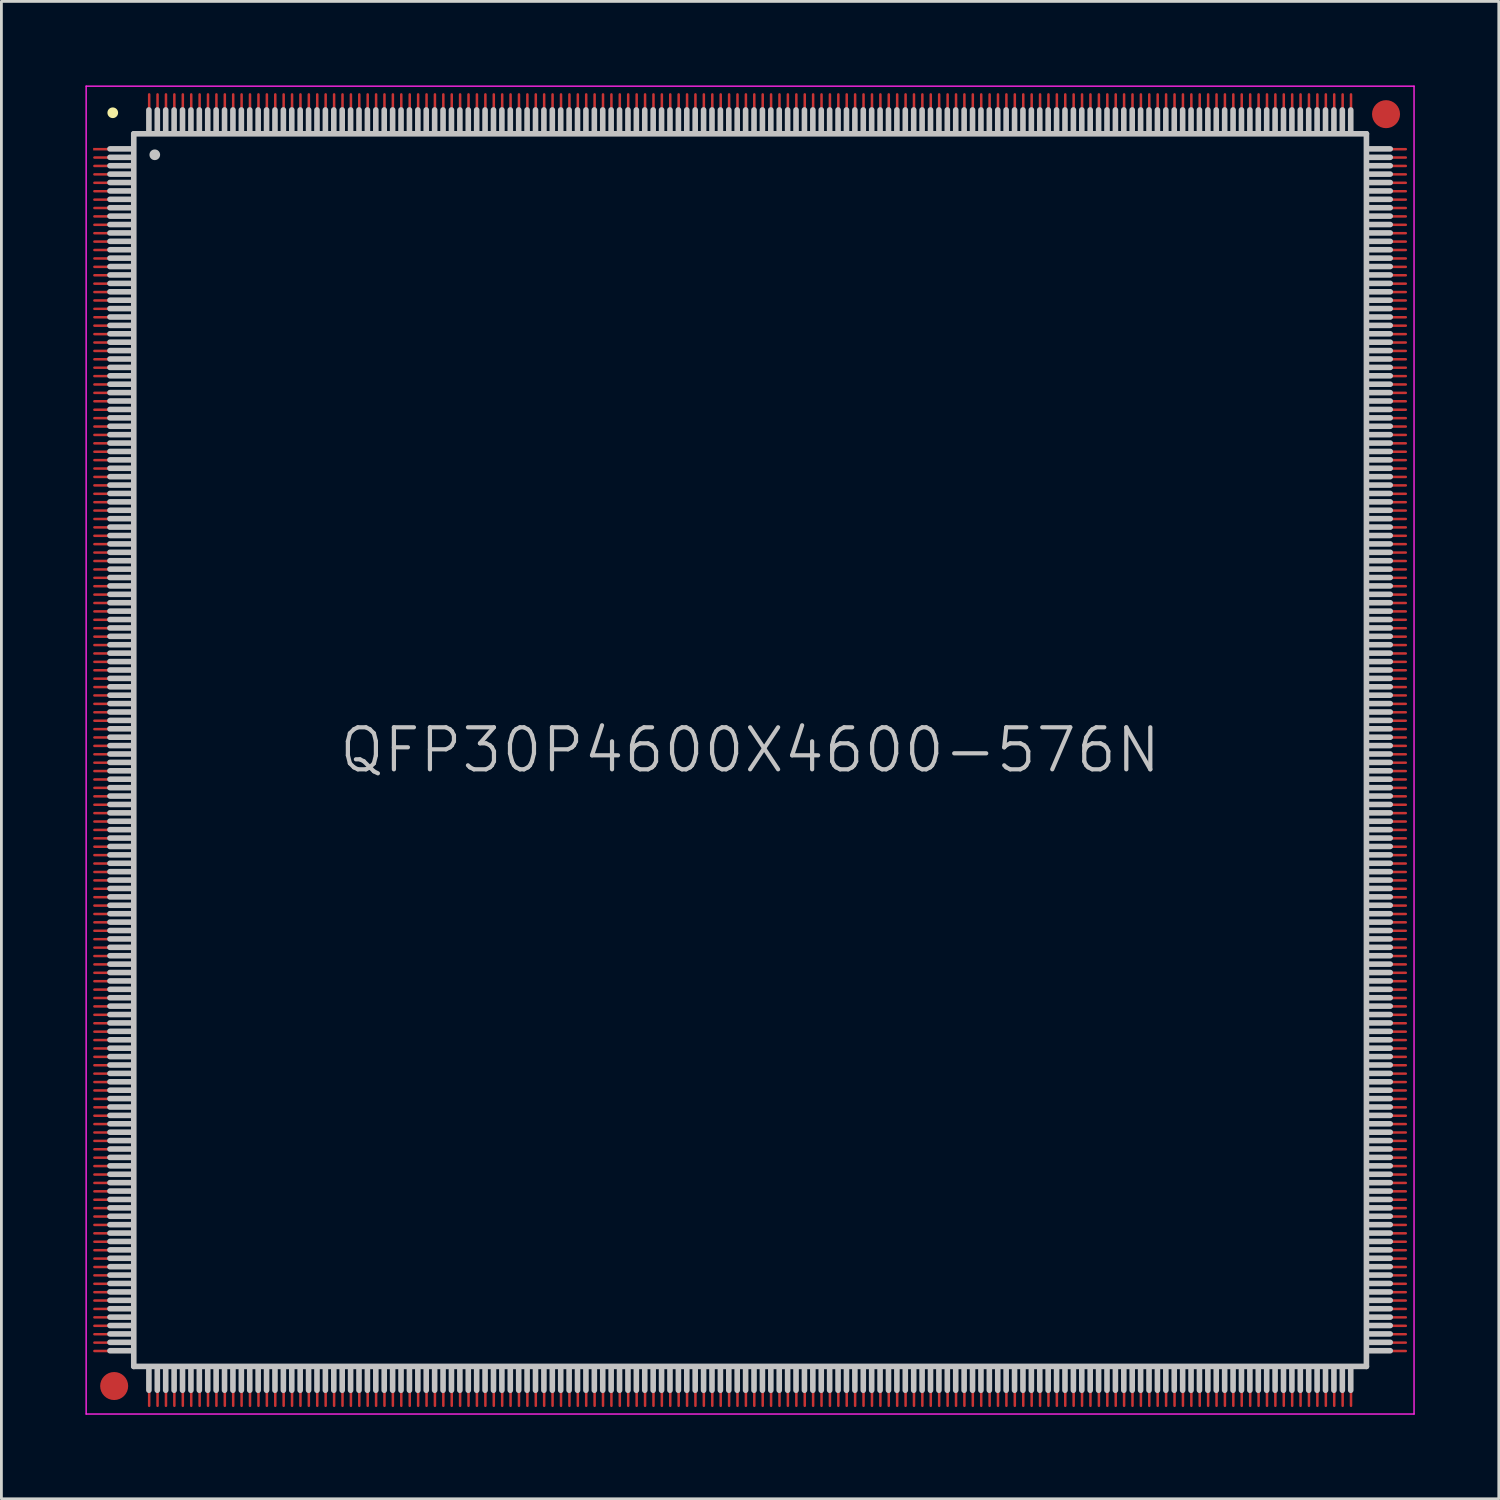
<source format=kicad_pcb>
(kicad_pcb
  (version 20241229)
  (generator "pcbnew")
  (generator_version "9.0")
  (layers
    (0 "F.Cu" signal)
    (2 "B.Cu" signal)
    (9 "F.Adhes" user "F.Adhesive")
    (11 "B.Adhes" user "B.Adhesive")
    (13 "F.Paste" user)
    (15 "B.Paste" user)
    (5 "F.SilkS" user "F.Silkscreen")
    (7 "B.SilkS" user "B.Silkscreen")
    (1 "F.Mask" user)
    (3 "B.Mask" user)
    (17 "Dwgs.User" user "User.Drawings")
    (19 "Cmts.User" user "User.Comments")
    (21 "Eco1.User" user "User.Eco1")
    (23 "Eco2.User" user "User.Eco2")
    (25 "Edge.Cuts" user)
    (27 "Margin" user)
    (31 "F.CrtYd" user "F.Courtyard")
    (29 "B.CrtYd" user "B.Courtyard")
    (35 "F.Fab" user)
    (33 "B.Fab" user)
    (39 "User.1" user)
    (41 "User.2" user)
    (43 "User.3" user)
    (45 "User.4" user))
  (footprint "QFP30P4600X4600-576N"
    (layer "F.Cu")
    (at 23.725 23.725)
    (property "Reference" "QFP30P4600X4600-576N" (at 0 0 0) (layer "Dwgs.User") (effects (font (size 1.5 1.5) (thickness 0.15))))
    (attr smd)
    (fp_line (start -22.75 -22.75) (end -22.75 -22.75) (stroke (width 0.381) (type solid)) (layer "F.SilkS"))
    (fp_line (start -22.05 -21.46) (end -22.85 -21.46) (stroke (width 0.2) (type solid)) (layer "Dwgs.User"))
    (fp_line (start -22.05 -21.16) (end -22.85 -21.16) (stroke (width 0.2) (type solid)) (layer "Dwgs.User"))
    (fp_line (start -22.05 -20.86) (end -22.85 -20.86) (stroke (width 0.2) (type solid)) (layer "Dwgs.User"))
    (fp_line (start -22.05 -20.56) (end -22.85 -20.56) (stroke (width 0.2) (type solid)) (layer "Dwgs.User"))
    (fp_line (start -22.05 -20.26) (end -22.85 -20.26) (stroke (width 0.2) (type solid)) (layer "Dwgs.User"))
    (fp_line (start -22.05 -19.96) (end -22.85 -19.96) (stroke (width 0.2) (type solid)) (layer "Dwgs.User"))
    (fp_line (start -22.05 -19.66) (end -22.85 -19.66) (stroke (width 0.2) (type solid)) (layer "Dwgs.User"))
    (fp_line (start -22.05 -19.36) (end -22.85 -19.36) (stroke (width 0.2) (type solid)) (layer "Dwgs.User"))
    (fp_line (start -22.05 -19.06) (end -22.85 -19.06) (stroke (width 0.2) (type solid)) (layer "Dwgs.User"))
    (fp_line (start -22.05 -18.76) (end -22.85 -18.76) (stroke (width 0.2) (type solid)) (layer "Dwgs.User"))
    (fp_line (start -22.05 -18.46) (end -22.85 -18.46) (stroke (width 0.2) (type solid)) (layer "Dwgs.User"))
    (fp_line (start -22.05 -18.16) (end -22.85 -18.16) (stroke (width 0.2) (type solid)) (layer "Dwgs.User"))
    (fp_line (start -22.05 -17.86) (end -22.85 -17.86) (stroke (width 0.2) (type solid)) (layer "Dwgs.User"))
    (fp_line (start -22.05 -17.56) (end -22.85 -17.56) (stroke (width 0.2) (type solid)) (layer "Dwgs.User"))
    (fp_line (start -22.05 -17.26) (end -22.85 -17.26) (stroke (width 0.2) (type solid)) (layer "Dwgs.User"))
    (fp_line (start -22.05 -16.96) (end -22.85 -16.96) (stroke (width 0.2) (type solid)) (layer "Dwgs.User"))
    (fp_line (start -22.05 -16.66) (end -22.85 -16.66) (stroke (width 0.2) (type solid)) (layer "Dwgs.User"))
    (fp_line (start -22.05 -16.36) (end -22.85 -16.36) (stroke (width 0.2) (type solid)) (layer "Dwgs.User"))
    (fp_line (start -22.05 -16.06) (end -22.85 -16.06) (stroke (width 0.2) (type solid)) (layer "Dwgs.User"))
    (fp_line (start -22.05 -15.76) (end -22.85 -15.76) (stroke (width 0.2) (type solid)) (layer "Dwgs.User"))
    (fp_line (start -22.05 -15.46) (end -22.85 -15.46) (stroke (width 0.2) (type solid)) (layer "Dwgs.User"))
    (fp_line (start -22.05 -15.16) (end -22.85 -15.16) (stroke (width 0.2) (type solid)) (layer "Dwgs.User"))
    (fp_line (start -22.05 -14.86) (end -22.85 -14.86) (stroke (width 0.2) (type solid)) (layer "Dwgs.User"))
    (fp_line (start -22.05 -14.56) (end -22.85 -14.56) (stroke (width 0.2) (type solid)) (layer "Dwgs.User"))
    (fp_line (start -22.05 -14.26) (end -22.85 -14.26) (stroke (width 0.2) (type solid)) (layer "Dwgs.User"))
    (fp_line (start -22.05 -13.96) (end -22.85 -13.96) (stroke (width 0.2) (type solid)) (layer "Dwgs.User"))
    (fp_line (start -22.05 -13.66) (end -22.85 -13.66) (stroke (width 0.2) (type solid)) (layer "Dwgs.User"))
    (fp_line (start -22.05 -13.36) (end -22.85 -13.36) (stroke (width 0.2) (type solid)) (layer "Dwgs.User"))
    (fp_line (start -22.05 -13.06) (end -22.85 -13.06) (stroke (width 0.2) (type solid)) (layer "Dwgs.User"))
    (fp_line (start -22.05 -12.76) (end -22.85 -12.76) (stroke (width 0.2) (type solid)) (layer "Dwgs.User"))
    (fp_line (start -22.05 -12.46) (end -22.85 -12.46) (stroke (width 0.2) (type solid)) (layer "Dwgs.User"))
    (fp_line (start -22.05 -12.16) (end -22.85 -12.16) (stroke (width 0.2) (type solid)) (layer "Dwgs.User"))
    (fp_line (start -22.05 -11.86) (end -22.85 -11.86) (stroke (width 0.2) (type solid)) (layer "Dwgs.User"))
    (fp_line (start -22.05 -11.56) (end -22.85 -11.56) (stroke (width 0.2) (type solid)) (layer "Dwgs.User"))
    (fp_line (start -22.05 -11.26) (end -22.85 -11.26) (stroke (width 0.2) (type solid)) (layer "Dwgs.User"))
    (fp_line (start -22.05 -10.96) (end -22.85 -10.96) (stroke (width 0.2) (type solid)) (layer "Dwgs.User"))
    (fp_line (start -22.05 -10.66) (end -22.85 -10.66) (stroke (width 0.2) (type solid)) (layer "Dwgs.User"))
    (fp_line (start -22.05 -10.36) (end -22.85 -10.36) (stroke (width 0.2) (type solid)) (layer "Dwgs.User"))
    (fp_line (start -22.05 -10.06) (end -22.85 -10.06) (stroke (width 0.2) (type solid)) (layer "Dwgs.User"))
    (fp_line (start -22.05 -9.76) (end -22.85 -9.76) (stroke (width 0.2) (type solid)) (layer "Dwgs.User"))
    (fp_line (start -22.05 -9.46) (end -22.85 -9.46) (stroke (width 0.2) (type solid)) (layer "Dwgs.User"))
    (fp_line (start -22.05 -9.16) (end -22.85 -9.16) (stroke (width 0.2) (type solid)) (layer "Dwgs.User"))
    (fp_line (start -22.05 -8.86) (end -22.85 -8.86) (stroke (width 0.2) (type solid)) (layer "Dwgs.User"))
    (fp_line (start -22.05 -8.56) (end -22.85 -8.56) (stroke (width 0.2) (type solid)) (layer "Dwgs.User"))
    (fp_line (start -22.05 -8.26) (end -22.85 -8.26) (stroke (width 0.2) (type solid)) (layer "Dwgs.User"))
    (fp_line (start -22.05 -7.96) (end -22.85 -7.96) (stroke (width 0.2) (type solid)) (layer "Dwgs.User"))
    (fp_line (start -22.05 -7.66) (end -22.85 -7.66) (stroke (width 0.2) (type solid)) (layer "Dwgs.User"))
    (fp_line (start -22.05 -7.36) (end -22.85 -7.36) (stroke (width 0.2) (type solid)) (layer "Dwgs.User"))
    (fp_line (start -22.05 -7.06) (end -22.85 -7.06) (stroke (width 0.2) (type solid)) (layer "Dwgs.User"))
    (fp_line (start -22.05 -6.76) (end -22.85 -6.76) (stroke (width 0.2) (type solid)) (layer "Dwgs.User"))
    (fp_line (start -22.05 -6.46) (end -22.85 -6.46) (stroke (width 0.2) (type solid)) (layer "Dwgs.User"))
    (fp_line (start -22.05 -6.16) (end -22.85 -6.16) (stroke (width 0.2) (type solid)) (layer "Dwgs.User"))
    (fp_line (start -22.05 -5.86) (end -22.85 -5.86) (stroke (width 0.2) (type solid)) (layer "Dwgs.User"))
    (fp_line (start -22.05 -5.56) (end -22.85 -5.56) (stroke (width 0.2) (type solid)) (layer "Dwgs.User"))
    (fp_line (start -22.05 -5.26) (end -22.85 -5.26) (stroke (width 0.2) (type solid)) (layer "Dwgs.User"))
    (fp_line (start -22.05 -4.96) (end -22.85 -4.96) (stroke (width 0.2) (type solid)) (layer "Dwgs.User"))
    (fp_line (start -22.05 -4.66) (end -22.85 -4.66) (stroke (width 0.2) (type solid)) (layer "Dwgs.User"))
    (fp_line (start -22.05 -4.36) (end -22.85 -4.36) (stroke (width 0.2) (type solid)) (layer "Dwgs.User"))
    (fp_line (start -22.05 -4.06) (end -22.85 -4.06) (stroke (width 0.2) (type solid)) (layer "Dwgs.User"))
    (fp_line (start -22.05 -3.76) (end -22.85 -3.76) (stroke (width 0.2) (type solid)) (layer "Dwgs.User"))
    (fp_line (start -22.05 -3.46) (end -22.85 -3.46) (stroke (width 0.2) (type solid)) (layer "Dwgs.User"))
    (fp_line (start -22.05 -3.16) (end -22.85 -3.16) (stroke (width 0.2) (type solid)) (layer "Dwgs.User"))
    (fp_line (start -22.05 -2.86) (end -22.85 -2.86) (stroke (width 0.2) (type solid)) (layer "Dwgs.User"))
    (fp_line (start -22.05 -2.56) (end -22.85 -2.56) (stroke (width 0.2) (type solid)) (layer "Dwgs.User"))
    (fp_line (start -22.05 -2.26) (end -22.85 -2.26) (stroke (width 0.2) (type solid)) (layer "Dwgs.User"))
    (fp_line (start -22.05 -1.96) (end -22.85 -1.96) (stroke (width 0.2) (type solid)) (layer "Dwgs.User"))
    (fp_line (start -22.05 -1.66) (end -22.85 -1.66) (stroke (width 0.2) (type solid)) (layer "Dwgs.User"))
    (fp_line (start -22.05 -1.36) (end -22.85 -1.36) (stroke (width 0.2) (type solid)) (layer "Dwgs.User"))
    (fp_line (start -22.05 -1.06) (end -22.85 -1.06) (stroke (width 0.2) (type solid)) (layer "Dwgs.User"))
    (fp_line (start -22.05 -0.76) (end -22.85 -0.76) (stroke (width 0.2) (type solid)) (layer "Dwgs.User"))
    (fp_line (start -22.05 -0.46) (end -22.85 -0.46) (stroke (width 0.2) (type solid)) (layer "Dwgs.User"))
    (fp_line (start -22.05 -0.16) (end -22.85 -0.16) (stroke (width 0.2) (type solid)) (layer "Dwgs.User"))
    (fp_line (start -22.05 0.14) (end -22.85 0.14) (stroke (width 0.2) (type solid)) (layer "Dwgs.User"))
    (fp_line (start -22.05 0.44) (end -22.85 0.44) (stroke (width 0.2) (type solid)) (layer "Dwgs.User"))
    (fp_line (start -22.05 0.74) (end -22.85 0.74) (stroke (width 0.2) (type solid)) (layer "Dwgs.User"))
    (fp_line (start -22.05 1.04) (end -22.85 1.04) (stroke (width 0.2) (type solid)) (layer "Dwgs.User"))
    (fp_line (start -22.05 1.34) (end -22.85 1.34) (stroke (width 0.2) (type solid)) (layer "Dwgs.User"))
    (fp_line (start -22.05 1.64) (end -22.85 1.64) (stroke (width 0.2) (type solid)) (layer "Dwgs.User"))
    (fp_line (start -22.05 1.94) (end -22.85 1.94) (stroke (width 0.2) (type solid)) (layer "Dwgs.User"))
    (fp_line (start -22.05 2.24) (end -22.85 2.24) (stroke (width 0.2) (type solid)) (layer "Dwgs.User"))
    (fp_line (start -22.05 2.54) (end -22.85 2.54) (stroke (width 0.2) (type solid)) (layer "Dwgs.User"))
    (fp_line (start -22.05 2.84) (end -22.85 2.84) (stroke (width 0.2) (type solid)) (layer "Dwgs.User"))
    (fp_line (start -22.05 3.14) (end -22.85 3.14) (stroke (width 0.2) (type solid)) (layer "Dwgs.User"))
    (fp_line (start -22.05 3.44) (end -22.85 3.44) (stroke (width 0.2) (type solid)) (layer "Dwgs.User"))
    (fp_line (start -22.05 3.74) (end -22.85 3.74) (stroke (width 0.2) (type solid)) (layer "Dwgs.User"))
    (fp_line (start -22.05 4.04) (end -22.85 4.04) (stroke (width 0.2) (type solid)) (layer "Dwgs.User"))
    (fp_line (start -22.05 4.34) (end -22.85 4.34) (stroke (width 0.2) (type solid)) (layer "Dwgs.User"))
    (fp_line (start -22.05 4.64) (end -22.85 4.64) (stroke (width 0.2) (type solid)) (layer "Dwgs.User"))
    (fp_line (start -22.05 4.94) (end -22.85 4.94) (stroke (width 0.2) (type solid)) (layer "Dwgs.User"))
    (fp_line (start -22.05 5.24) (end -22.85 5.24) (stroke (width 0.2) (type solid)) (layer "Dwgs.User"))
    (fp_line (start -22.05 5.54) (end -22.85 5.54) (stroke (width 0.2) (type solid)) (layer "Dwgs.User"))
    (fp_line (start -22.05 5.84) (end -22.85 5.84) (stroke (width 0.2) (type solid)) (layer "Dwgs.User"))
    (fp_line (start -22.05 6.14) (end -22.85 6.14) (stroke (width 0.2) (type solid)) (layer "Dwgs.User"))
    (fp_line (start -22.05 6.44) (end -22.85 6.44) (stroke (width 0.2) (type solid)) (layer "Dwgs.User"))
    (fp_line (start -22.05 6.74) (end -22.85 6.74) (stroke (width 0.2) (type solid)) (layer "Dwgs.User"))
    (fp_line (start -22.05 7.04) (end -22.85 7.04) (stroke (width 0.2) (type solid)) (layer "Dwgs.User"))
    (fp_line (start -22.05 7.34) (end -22.85 7.34) (stroke (width 0.2) (type solid)) (layer "Dwgs.User"))
    (fp_line (start -22.05 7.64) (end -22.85 7.64) (stroke (width 0.2) (type solid)) (layer "Dwgs.User"))
    (fp_line (start -22.05 7.94) (end -22.85 7.94) (stroke (width 0.2) (type solid)) (layer "Dwgs.User"))
    (fp_line (start -22.05 8.24) (end -22.85 8.24) (stroke (width 0.2) (type solid)) (layer "Dwgs.User"))
    (fp_line (start -22.05 8.54) (end -22.85 8.54) (stroke (width 0.2) (type solid)) (layer "Dwgs.User"))
    (fp_line (start -22.05 8.84) (end -22.85 8.84) (stroke (width 0.2) (type solid)) (layer "Dwgs.User"))
    (fp_line (start -22.05 9.14) (end -22.85 9.14) (stroke (width 0.2) (type solid)) (layer "Dwgs.User"))
    (fp_line (start -22.05 9.44) (end -22.85 9.44) (stroke (width 0.2) (type solid)) (layer "Dwgs.User"))
    (fp_line (start -22.05 9.74) (end -22.85 9.74) (stroke (width 0.2) (type solid)) (layer "Dwgs.User"))
    (fp_line (start -22.05 10.04) (end -22.85 10.04) (stroke (width 0.2) (type solid)) (layer "Dwgs.User"))
    (fp_line (start -22.05 10.34) (end -22.85 10.34) (stroke (width 0.2) (type solid)) (layer "Dwgs.User"))
    (fp_line (start -22.05 10.64) (end -22.85 10.64) (stroke (width 0.2) (type solid)) (layer "Dwgs.User"))
    (fp_line (start -22.05 10.94) (end -22.85 10.94) (stroke (width 0.2) (type solid)) (layer "Dwgs.User"))
    (fp_line (start -22.05 11.24) (end -22.85 11.24) (stroke (width 0.2) (type solid)) (layer "Dwgs.User"))
    (fp_line (start -22.05 11.54) (end -22.85 11.54) (stroke (width 0.2) (type solid)) (layer "Dwgs.User"))
    (fp_line (start -22.05 11.84) (end -22.85 11.84) (stroke (width 0.2) (type solid)) (layer "Dwgs.User"))
    (fp_line (start -22.05 12.14) (end -22.85 12.14) (stroke (width 0.2) (type solid)) (layer "Dwgs.User"))
    (fp_line (start -22.05 12.44) (end -22.85 12.44) (stroke (width 0.2) (type solid)) (layer "Dwgs.User"))
    (fp_line (start -22.05 12.74) (end -22.85 12.74) (stroke (width 0.2) (type solid)) (layer "Dwgs.User"))
    (fp_line (start -22.05 13.04) (end -22.85 13.04) (stroke (width 0.2) (type solid)) (layer "Dwgs.User"))
    (fp_line (start -22.05 13.34) (end -22.85 13.34) (stroke (width 0.2) (type solid)) (layer "Dwgs.User"))
    (fp_line (start -22.05 13.64) (end -22.85 13.64) (stroke (width 0.2) (type solid)) (layer "Dwgs.User"))
    (fp_line (start -22.05 13.94) (end -22.85 13.94) (stroke (width 0.2) (type solid)) (layer "Dwgs.User"))
    (fp_line (start -22.05 14.24) (end -22.85 14.24) (stroke (width 0.2) (type solid)) (layer "Dwgs.User"))
    (fp_line (start -22.05 14.54) (end -22.85 14.54) (stroke (width 0.2) (type solid)) (layer "Dwgs.User"))
    (fp_line (start -22.05 14.84) (end -22.85 14.84) (stroke (width 0.2) (type solid)) (layer "Dwgs.User"))
    (fp_line (start -22.05 15.14) (end -22.85 15.14) (stroke (width 0.2) (type solid)) (layer "Dwgs.User"))
    (fp_line (start -22.05 15.44) (end -22.85 15.44) (stroke (width 0.2) (type solid)) (layer "Dwgs.User"))
    (fp_line (start -22.05 15.74) (end -22.85 15.74) (stroke (width 0.2) (type solid)) (layer "Dwgs.User"))
    (fp_line (start -22.05 16.04) (end -22.85 16.04) (stroke (width 0.2) (type solid)) (layer "Dwgs.User"))
    (fp_line (start -22.05 16.34) (end -22.85 16.34) (stroke (width 0.2) (type solid)) (layer "Dwgs.User"))
    (fp_line (start -22.05 16.64) (end -22.85 16.64) (stroke (width 0.2) (type solid)) (layer "Dwgs.User"))
    (fp_line (start -22.05 16.94) (end -22.85 16.94) (stroke (width 0.2) (type solid)) (layer "Dwgs.User"))
    (fp_line (start -22.05 17.24) (end -22.85 17.24) (stroke (width 0.2) (type solid)) (layer "Dwgs.User"))
    (fp_line (start -22.05 17.54) (end -22.85 17.54) (stroke (width 0.2) (type solid)) (layer "Dwgs.User"))
    (fp_line (start -22.05 17.84) (end -22.85 17.84) (stroke (width 0.2) (type solid)) (layer "Dwgs.User"))
    (fp_line (start -22.05 18.14) (end -22.85 18.14) (stroke (width 0.2) (type solid)) (layer "Dwgs.User"))
    (fp_line (start -22.05 18.44) (end -22.85 18.44) (stroke (width 0.2) (type solid)) (layer "Dwgs.User"))
    (fp_line (start -22.05 18.74) (end -22.85 18.74) (stroke (width 0.2) (type solid)) (layer "Dwgs.User"))
    (fp_line (start -22.05 19.04) (end -22.85 19.04) (stroke (width 0.2) (type solid)) (layer "Dwgs.User"))
    (fp_line (start -22.05 19.34) (end -22.85 19.34) (stroke (width 0.2) (type solid)) (layer "Dwgs.User"))
    (fp_line (start -22.05 19.64) (end -22.85 19.64) (stroke (width 0.2) (type solid)) (layer "Dwgs.User"))
    (fp_line (start -22.05 19.94) (end -22.85 19.94) (stroke (width 0.2) (type solid)) (layer "Dwgs.User"))
    (fp_line (start -22.05 20.24) (end -22.85 20.24) (stroke (width 0.2) (type solid)) (layer "Dwgs.User"))
    (fp_line (start -22.05 20.54) (end -22.85 20.54) (stroke (width 0.2) (type solid)) (layer "Dwgs.User"))
    (fp_line (start -22.05 20.84) (end -22.85 20.84) (stroke (width 0.2) (type solid)) (layer "Dwgs.User"))
    (fp_line (start -22.05 21.14) (end -22.85 21.14) (stroke (width 0.2) (type solid)) (layer "Dwgs.User"))
    (fp_line (start -22.05 21.44) (end -22.85 21.44) (stroke (width 0.2) (type solid)) (layer "Dwgs.User"))
    (fp_line (start -22 -22) (end -22 22) (stroke (width 0.2) (type solid)) (layer "Dwgs.User"))
    (fp_line (start -22 -22) (end 22 -22) (stroke (width 0.2) (type solid)) (layer "Dwgs.User"))
    (fp_line (start -22 22) (end 22 22) (stroke (width 0.2) (type solid)) (layer "Dwgs.User"))
    (fp_line (start -21.46 -22.85) (end -21.46 -22.05) (stroke (width 0.2) (type solid)) (layer "Dwgs.User"))
    (fp_line (start -21.46 22.05) (end -21.46 22.85) (stroke (width 0.2) (type solid)) (layer "Dwgs.User"))
    (fp_line (start -21.25 -21.25) (end -21.25 -21.25) (stroke (width 0.381) (type solid)) (layer "Dwgs.User"))
    (fp_line (start -21.16 -22.85) (end -21.16 -22.05) (stroke (width 0.2) (type solid)) (layer "Dwgs.User"))
    (fp_line (start -21.16 22.05) (end -21.16 22.85) (stroke (width 0.2) (type solid)) (layer "Dwgs.User"))
    (fp_line (start -20.86 -22.85) (end -20.86 -22.05) (stroke (width 0.2) (type solid)) (layer "Dwgs.User"))
    (fp_line (start -20.86 22.05) (end -20.86 22.85) (stroke (width 0.2) (type solid)) (layer "Dwgs.User"))
    (fp_line (start -20.56 -22.85) (end -20.56 -22.05) (stroke (width 0.2) (type solid)) (layer "Dwgs.User"))
    (fp_line (start -20.56 22.05) (end -20.56 22.85) (stroke (width 0.2) (type solid)) (layer "Dwgs.User"))
    (fp_line (start -20.26 -22.85) (end -20.26 -22.05) (stroke (width 0.2) (type solid)) (layer "Dwgs.User"))
    (fp_line (start -20.26 22.05) (end -20.26 22.85) (stroke (width 0.2) (type solid)) (layer "Dwgs.User"))
    (fp_line (start -19.96 -22.85) (end -19.96 -22.05) (stroke (width 0.2) (type solid)) (layer "Dwgs.User"))
    (fp_line (start -19.96 22.05) (end -19.96 22.85) (stroke (width 0.2) (type solid)) (layer "Dwgs.User"))
    (fp_line (start -19.66 -22.85) (end -19.66 -22.05) (stroke (width 0.2) (type solid)) (layer "Dwgs.User"))
    (fp_line (start -19.66 22.05) (end -19.66 22.85) (stroke (width 0.2) (type solid)) (layer "Dwgs.User"))
    (fp_line (start -19.36 -22.85) (end -19.36 -22.05) (stroke (width 0.2) (type solid)) (layer "Dwgs.User"))
    (fp_line (start -19.36 22.05) (end -19.36 22.85) (stroke (width 0.2) (type solid)) (layer "Dwgs.User"))
    (fp_line (start -19.06 -22.85) (end -19.06 -22.05) (stroke (width 0.2) (type solid)) (layer "Dwgs.User"))
    (fp_line (start -19.06 22.05) (end -19.06 22.85) (stroke (width 0.2) (type solid)) (layer "Dwgs.User"))
    (fp_line (start -18.76 -22.85) (end -18.76 -22.05) (stroke (width 0.2) (type solid)) (layer "Dwgs.User"))
    (fp_line (start -18.76 22.05) (end -18.76 22.85) (stroke (width 0.2) (type solid)) (layer "Dwgs.User"))
    (fp_line (start -18.46 -22.85) (end -18.46 -22.05) (stroke (width 0.2) (type solid)) (layer "Dwgs.User"))
    (fp_line (start -18.46 22.05) (end -18.46 22.85) (stroke (width 0.2) (type solid)) (layer "Dwgs.User"))
    (fp_line (start -18.16 -22.85) (end -18.16 -22.05) (stroke (width 0.2) (type solid)) (layer "Dwgs.User"))
    (fp_line (start -18.16 22.05) (end -18.16 22.85) (stroke (width 0.2) (type solid)) (layer "Dwgs.User"))
    (fp_line (start -17.86 -22.85) (end -17.86 -22.05) (stroke (width 0.2) (type solid)) (layer "Dwgs.User"))
    (fp_line (start -17.86 22.05) (end -17.86 22.85) (stroke (width 0.2) (type solid)) (layer "Dwgs.User"))
    (fp_line (start -17.56 -22.85) (end -17.56 -22.05) (stroke (width 0.2) (type solid)) (layer "Dwgs.User"))
    (fp_line (start -17.56 22.05) (end -17.56 22.85) (stroke (width 0.2) (type solid)) (layer "Dwgs.User"))
    (fp_line (start -17.26 -22.85) (end -17.26 -22.05) (stroke (width 0.2) (type solid)) (layer "Dwgs.User"))
    (fp_line (start -17.26 22.05) (end -17.26 22.85) (stroke (width 0.2) (type solid)) (layer "Dwgs.User"))
    (fp_line (start -16.96 -22.85) (end -16.96 -22.05) (stroke (width 0.2) (type solid)) (layer "Dwgs.User"))
    (fp_line (start -16.96 22.05) (end -16.96 22.85) (stroke (width 0.2) (type solid)) (layer "Dwgs.User"))
    (fp_line (start -16.66 -22.85) (end -16.66 -22.05) (stroke (width 0.2) (type solid)) (layer "Dwgs.User"))
    (fp_line (start -16.66 22.05) (end -16.66 22.85) (stroke (width 0.2) (type solid)) (layer "Dwgs.User"))
    (fp_line (start -16.36 -22.85) (end -16.36 -22.05) (stroke (width 0.2) (type solid)) (layer "Dwgs.User"))
    (fp_line (start -16.36 22.05) (end -16.36 22.85) (stroke (width 0.2) (type solid)) (layer "Dwgs.User"))
    (fp_line (start -16.06 -22.85) (end -16.06 -22.05) (stroke (width 0.2) (type solid)) (layer "Dwgs.User"))
    (fp_line (start -16.06 22.05) (end -16.06 22.85) (stroke (width 0.2) (type solid)) (layer "Dwgs.User"))
    (fp_line (start -15.76 -22.85) (end -15.76 -22.05) (stroke (width 0.2) (type solid)) (layer "Dwgs.User"))
    (fp_line (start -15.76 22.05) (end -15.76 22.85) (stroke (width 0.2) (type solid)) (layer "Dwgs.User"))
    (fp_line (start -15.46 -22.85) (end -15.46 -22.05) (stroke (width 0.2) (type solid)) (layer "Dwgs.User"))
    (fp_line (start -15.46 22.05) (end -15.46 22.85) (stroke (width 0.2) (type solid)) (layer "Dwgs.User"))
    (fp_line (start -15.16 -22.85) (end -15.16 -22.05) (stroke (width 0.2) (type solid)) (layer "Dwgs.User"))
    (fp_line (start -15.16 22.05) (end -15.16 22.85) (stroke (width 0.2) (type solid)) (layer "Dwgs.User"))
    (fp_line (start -14.86 -22.85) (end -14.86 -22.05) (stroke (width 0.2) (type solid)) (layer "Dwgs.User"))
    (fp_line (start -14.86 22.05) (end -14.86 22.85) (stroke (width 0.2) (type solid)) (layer "Dwgs.User"))
    (fp_line (start -14.56 -22.85) (end -14.56 -22.05) (stroke (width 0.2) (type solid)) (layer "Dwgs.User"))
    (fp_line (start -14.56 22.05) (end -14.56 22.85) (stroke (width 0.2) (type solid)) (layer "Dwgs.User"))
    (fp_line (start -14.26 -22.85) (end -14.26 -22.05) (stroke (width 0.2) (type solid)) (layer "Dwgs.User"))
    (fp_line (start -14.26 22.05) (end -14.26 22.85) (stroke (width 0.2) (type solid)) (layer "Dwgs.User"))
    (fp_line (start -13.96 -22.85) (end -13.96 -22.05) (stroke (width 0.2) (type solid)) (layer "Dwgs.User"))
    (fp_line (start -13.96 22.05) (end -13.96 22.85) (stroke (width 0.2) (type solid)) (layer "Dwgs.User"))
    (fp_line (start -13.66 -22.85) (end -13.66 -22.05) (stroke (width 0.2) (type solid)) (layer "Dwgs.User"))
    (fp_line (start -13.66 22.05) (end -13.66 22.85) (stroke (width 0.2) (type solid)) (layer "Dwgs.User"))
    (fp_line (start -13.36 -22.85) (end -13.36 -22.05) (stroke (width 0.2) (type solid)) (layer "Dwgs.User"))
    (fp_line (start -13.36 22.05) (end -13.36 22.85) (stroke (width 0.2) (type solid)) (layer "Dwgs.User"))
    (fp_line (start -13.06 -22.85) (end -13.06 -22.05) (stroke (width 0.2) (type solid)) (layer "Dwgs.User"))
    (fp_line (start -13.06 22.05) (end -13.06 22.85) (stroke (width 0.2) (type solid)) (layer "Dwgs.User"))
    (fp_line (start -12.76 -22.85) (end -12.76 -22.05) (stroke (width 0.2) (type solid)) (layer "Dwgs.User"))
    (fp_line (start -12.76 22.05) (end -12.76 22.85) (stroke (width 0.2) (type solid)) (layer "Dwgs.User"))
    (fp_line (start -12.46 -22.85) (end -12.46 -22.05) (stroke (width 0.2) (type solid)) (layer "Dwgs.User"))
    (fp_line (start -12.46 22.05) (end -12.46 22.85) (stroke (width 0.2) (type solid)) (layer "Dwgs.User"))
    (fp_line (start -12.16 -22.85) (end -12.16 -22.05) (stroke (width 0.2) (type solid)) (layer "Dwgs.User"))
    (fp_line (start -12.16 22.05) (end -12.16 22.85) (stroke (width 0.2) (type solid)) (layer "Dwgs.User"))
    (fp_line (start -11.86 -22.85) (end -11.86 -22.05) (stroke (width 0.2) (type solid)) (layer "Dwgs.User"))
    (fp_line (start -11.86 22.05) (end -11.86 22.85) (stroke (width 0.2) (type solid)) (layer "Dwgs.User"))
    (fp_line (start -11.56 -22.85) (end -11.56 -22.05) (stroke (width 0.2) (type solid)) (layer "Dwgs.User"))
    (fp_line (start -11.56 22.05) (end -11.56 22.85) (stroke (width 0.2) (type solid)) (layer "Dwgs.User"))
    (fp_line (start -11.26 -22.85) (end -11.26 -22.05) (stroke (width 0.2) (type solid)) (layer "Dwgs.User"))
    (fp_line (start -11.26 22.05) (end -11.26 22.85) (stroke (width 0.2) (type solid)) (layer "Dwgs.User"))
    (fp_line (start -10.96 -22.85) (end -10.96 -22.05) (stroke (width 0.2) (type solid)) (layer "Dwgs.User"))
    (fp_line (start -10.96 22.05) (end -10.96 22.85) (stroke (width 0.2) (type solid)) (layer "Dwgs.User"))
    (fp_line (start -10.66 -22.85) (end -10.66 -22.05) (stroke (width 0.2) (type solid)) (layer "Dwgs.User"))
    (fp_line (start -10.66 22.05) (end -10.66 22.85) (stroke (width 0.2) (type solid)) (layer "Dwgs.User"))
    (fp_line (start -10.36 -22.85) (end -10.36 -22.05) (stroke (width 0.2) (type solid)) (layer "Dwgs.User"))
    (fp_line (start -10.36 22.05) (end -10.36 22.85) (stroke (width 0.2) (type solid)) (layer "Dwgs.User"))
    (fp_line (start -10.06 -22.85) (end -10.06 -22.05) (stroke (width 0.2) (type solid)) (layer "Dwgs.User"))
    (fp_line (start -10.06 22.05) (end -10.06 22.85) (stroke (width 0.2) (type solid)) (layer "Dwgs.User"))
    (fp_line (start -9.76 -22.85) (end -9.76 -22.05) (stroke (width 0.2) (type solid)) (layer "Dwgs.User"))
    (fp_line (start -9.76 22.05) (end -9.76 22.85) (stroke (width 0.2) (type solid)) (layer "Dwgs.User"))
    (fp_line (start -9.46 -22.85) (end -9.46 -22.05) (stroke (width 0.2) (type solid)) (layer "Dwgs.User"))
    (fp_line (start -9.46 22.05) (end -9.46 22.85) (stroke (width 0.2) (type solid)) (layer "Dwgs.User"))
    (fp_line (start -9.16 -22.85) (end -9.16 -22.05) (stroke (width 0.2) (type solid)) (layer "Dwgs.User"))
    (fp_line (start -9.16 22.05) (end -9.16 22.85) (stroke (width 0.2) (type solid)) (layer "Dwgs.User"))
    (fp_line (start -8.86 -22.85) (end -8.86 -22.05) (stroke (width 0.2) (type solid)) (layer "Dwgs.User"))
    (fp_line (start -8.86 22.05) (end -8.86 22.85) (stroke (width 0.2) (type solid)) (layer "Dwgs.User"))
    (fp_line (start -8.56 -22.85) (end -8.56 -22.05) (stroke (width 0.2) (type solid)) (layer "Dwgs.User"))
    (fp_line (start -8.56 22.05) (end -8.56 22.85) (stroke (width 0.2) (type solid)) (layer "Dwgs.User"))
    (fp_line (start -8.26 -22.85) (end -8.26 -22.05) (stroke (width 0.2) (type solid)) (layer "Dwgs.User"))
    (fp_line (start -8.26 22.05) (end -8.26 22.85) (stroke (width 0.2) (type solid)) (layer "Dwgs.User"))
    (fp_line (start -7.96 -22.85) (end -7.96 -22.05) (stroke (width 0.2) (type solid)) (layer "Dwgs.User"))
    (fp_line (start -7.96 22.05) (end -7.96 22.85) (stroke (width 0.2) (type solid)) (layer "Dwgs.User"))
    (fp_line (start -7.66 -22.85) (end -7.66 -22.05) (stroke (width 0.2) (type solid)) (layer "Dwgs.User"))
    (fp_line (start -7.66 22.05) (end -7.66 22.85) (stroke (width 0.2) (type solid)) (layer "Dwgs.User"))
    (fp_line (start -7.36 -22.85) (end -7.36 -22.05) (stroke (width 0.2) (type solid)) (layer "Dwgs.User"))
    (fp_line (start -7.36 22.05) (end -7.36 22.85) (stroke (width 0.2) (type solid)) (layer "Dwgs.User"))
    (fp_line (start -7.06 -22.85) (end -7.06 -22.05) (stroke (width 0.2) (type solid)) (layer "Dwgs.User"))
    (fp_line (start -7.06 22.05) (end -7.06 22.85) (stroke (width 0.2) (type solid)) (layer "Dwgs.User"))
    (fp_line (start -6.76 -22.85) (end -6.76 -22.05) (stroke (width 0.2) (type solid)) (layer "Dwgs.User"))
    (fp_line (start -6.76 22.05) (end -6.76 22.85) (stroke (width 0.2) (type solid)) (layer "Dwgs.User"))
    (fp_line (start -6.46 -22.85) (end -6.46 -22.05) (stroke (width 0.2) (type solid)) (layer "Dwgs.User"))
    (fp_line (start -6.46 22.05) (end -6.46 22.85) (stroke (width 0.2) (type solid)) (layer "Dwgs.User"))
    (fp_line (start -6.16 -22.85) (end -6.16 -22.05) (stroke (width 0.2) (type solid)) (layer "Dwgs.User"))
    (fp_line (start -6.16 22.05) (end -6.16 22.85) (stroke (width 0.2) (type solid)) (layer "Dwgs.User"))
    (fp_line (start -5.86 -22.85) (end -5.86 -22.05) (stroke (width 0.2) (type solid)) (layer "Dwgs.User"))
    (fp_line (start -5.86 22.05) (end -5.86 22.85) (stroke (width 0.2) (type solid)) (layer "Dwgs.User"))
    (fp_line (start -5.56 -22.85) (end -5.56 -22.05) (stroke (width 0.2) (type solid)) (layer "Dwgs.User"))
    (fp_line (start -5.56 22.05) (end -5.56 22.85) (stroke (width 0.2) (type solid)) (layer "Dwgs.User"))
    (fp_line (start -5.26 -22.85) (end -5.26 -22.05) (stroke (width 0.2) (type solid)) (layer "Dwgs.User"))
    (fp_line (start -5.26 22.05) (end -5.26 22.85) (stroke (width 0.2) (type solid)) (layer "Dwgs.User"))
    (fp_line (start -4.96 -22.85) (end -4.96 -22.05) (stroke (width 0.2) (type solid)) (layer "Dwgs.User"))
    (fp_line (start -4.96 22.05) (end -4.96 22.85) (stroke (width 0.2) (type solid)) (layer "Dwgs.User"))
    (fp_line (start -4.66 -22.85) (end -4.66 -22.05) (stroke (width 0.2) (type solid)) (layer "Dwgs.User"))
    (fp_line (start -4.66 22.05) (end -4.66 22.85) (stroke (width 0.2) (type solid)) (layer "Dwgs.User"))
    (fp_line (start -4.36 -22.85) (end -4.36 -22.05) (stroke (width 0.2) (type solid)) (layer "Dwgs.User"))
    (fp_line (start -4.36 22.05) (end -4.36 22.85) (stroke (width 0.2) (type solid)) (layer "Dwgs.User"))
    (fp_line (start -4.06 -22.85) (end -4.06 -22.05) (stroke (width 0.2) (type solid)) (layer "Dwgs.User"))
    (fp_line (start -4.06 22.05) (end -4.06 22.85) (stroke (width 0.2) (type solid)) (layer "Dwgs.User"))
    (fp_line (start -3.76 -22.85) (end -3.76 -22.05) (stroke (width 0.2) (type solid)) (layer "Dwgs.User"))
    (fp_line (start -3.76 22.05) (end -3.76 22.85) (stroke (width 0.2) (type solid)) (layer "Dwgs.User"))
    (fp_line (start -3.46 -22.85) (end -3.46 -22.05) (stroke (width 0.2) (type solid)) (layer "Dwgs.User"))
    (fp_line (start -3.46 22.05) (end -3.46 22.85) (stroke (width 0.2) (type solid)) (layer "Dwgs.User"))
    (fp_line (start -3.16 -22.85) (end -3.16 -22.05) (stroke (width 0.2) (type solid)) (layer "Dwgs.User"))
    (fp_line (start -3.16 22.05) (end -3.16 22.85) (stroke (width 0.2) (type solid)) (layer "Dwgs.User"))
    (fp_line (start -2.86 -22.85) (end -2.86 -22.05) (stroke (width 0.2) (type solid)) (layer "Dwgs.User"))
    (fp_line (start -2.86 22.05) (end -2.86 22.85) (stroke (width 0.2) (type solid)) (layer "Dwgs.User"))
    (fp_line (start -2.56 -22.85) (end -2.56 -22.05) (stroke (width 0.2) (type solid)) (layer "Dwgs.User"))
    (fp_line (start -2.56 22.05) (end -2.56 22.85) (stroke (width 0.2) (type solid)) (layer "Dwgs.User"))
    (fp_line (start -2.26 -22.85) (end -2.26 -22.05) (stroke (width 0.2) (type solid)) (layer "Dwgs.User"))
    (fp_line (start -2.26 22.05) (end -2.26 22.85) (stroke (width 0.2) (type solid)) (layer "Dwgs.User"))
    (fp_line (start -1.96 -22.85) (end -1.96 -22.05) (stroke (width 0.2) (type solid)) (layer "Dwgs.User"))
    (fp_line (start -1.96 22.05) (end -1.96 22.85) (stroke (width 0.2) (type solid)) (layer "Dwgs.User"))
    (fp_line (start -1.66 -22.85) (end -1.66 -22.05) (stroke (width 0.2) (type solid)) (layer "Dwgs.User"))
    (fp_line (start -1.66 22.05) (end -1.66 22.85) (stroke (width 0.2) (type solid)) (layer "Dwgs.User"))
    (fp_line (start -1.36 -22.85) (end -1.36 -22.05) (stroke (width 0.2) (type solid)) (layer "Dwgs.User"))
    (fp_line (start -1.36 22.05) (end -1.36 22.85) (stroke (width 0.2) (type solid)) (layer "Dwgs.User"))
    (fp_line (start -1.06 -22.85) (end -1.06 -22.05) (stroke (width 0.2) (type solid)) (layer "Dwgs.User"))
    (fp_line (start -1.06 22.05) (end -1.06 22.85) (stroke (width 0.2) (type solid)) (layer "Dwgs.User"))
    (fp_line (start -0.76 -22.85) (end -0.76 -22.05) (stroke (width 0.2) (type solid)) (layer "Dwgs.User"))
    (fp_line (start -0.76 22.05) (end -0.76 22.85) (stroke (width 0.2) (type solid)) (layer "Dwgs.User"))
    (fp_line (start -0.46 -22.85) (end -0.46 -22.05) (stroke (width 0.2) (type solid)) (layer "Dwgs.User"))
    (fp_line (start -0.46 22.05) (end -0.46 22.85) (stroke (width 0.2) (type solid)) (layer "Dwgs.User"))
    (fp_line (start -0.16 -22.85) (end -0.16 -22.05) (stroke (width 0.2) (type solid)) (layer "Dwgs.User"))
    (fp_line (start -0.16 22.05) (end -0.16 22.85) (stroke (width 0.2) (type solid)) (layer "Dwgs.User"))
    (fp_line (start 0.14 -22.85) (end 0.14 -22.05) (stroke (width 0.2) (type solid)) (layer "Dwgs.User"))
    (fp_line (start 0.14 22.05) (end 0.14 22.85) (stroke (width 0.2) (type solid)) (layer "Dwgs.User"))
    (fp_line (start 0.44 -22.85) (end 0.44 -22.05) (stroke (width 0.2) (type solid)) (layer "Dwgs.User"))
    (fp_line (start 0.44 22.05) (end 0.44 22.85) (stroke (width 0.2) (type solid)) (layer "Dwgs.User"))
    (fp_line (start 0.74 -22.85) (end 0.74 -22.05) (stroke (width 0.2) (type solid)) (layer "Dwgs.User"))
    (fp_line (start 0.74 22.05) (end 0.74 22.85) (stroke (width 0.2) (type solid)) (layer "Dwgs.User"))
    (fp_line (start 1.04 -22.85) (end 1.04 -22.05) (stroke (width 0.2) (type solid)) (layer "Dwgs.User"))
    (fp_line (start 1.04 22.05) (end 1.04 22.85) (stroke (width 0.2) (type solid)) (layer "Dwgs.User"))
    (fp_line (start 1.34 -22.85) (end 1.34 -22.05) (stroke (width 0.2) (type solid)) (layer "Dwgs.User"))
    (fp_line (start 1.34 22.05) (end 1.34 22.85) (stroke (width 0.2) (type solid)) (layer "Dwgs.User"))
    (fp_line (start 1.64 -22.85) (end 1.64 -22.05) (stroke (width 0.2) (type solid)) (layer "Dwgs.User"))
    (fp_line (start 1.64 22.05) (end 1.64 22.85) (stroke (width 0.2) (type solid)) (layer "Dwgs.User"))
    (fp_line (start 1.94 -22.85) (end 1.94 -22.05) (stroke (width 0.2) (type solid)) (layer "Dwgs.User"))
    (fp_line (start 1.94 22.05) (end 1.94 22.85) (stroke (width 0.2) (type solid)) (layer "Dwgs.User"))
    (fp_line (start 2.24 -22.85) (end 2.24 -22.05) (stroke (width 0.2) (type solid)) (layer "Dwgs.User"))
    (fp_line (start 2.24 22.05) (end 2.24 22.85) (stroke (width 0.2) (type solid)) (layer "Dwgs.User"))
    (fp_line (start 2.54 -22.85) (end 2.54 -22.05) (stroke (width 0.2) (type solid)) (layer "Dwgs.User"))
    (fp_line (start 2.54 22.05) (end 2.54 22.85) (stroke (width 0.2) (type solid)) (layer "Dwgs.User"))
    (fp_line (start 2.84 -22.85) (end 2.84 -22.05) (stroke (width 0.2) (type solid)) (layer "Dwgs.User"))
    (fp_line (start 2.84 22.05) (end 2.84 22.85) (stroke (width 0.2) (type solid)) (layer "Dwgs.User"))
    (fp_line (start 3.14 -22.85) (end 3.14 -22.05) (stroke (width 0.2) (type solid)) (layer "Dwgs.User"))
    (fp_line (start 3.14 22.05) (end 3.14 22.85) (stroke (width 0.2) (type solid)) (layer "Dwgs.User"))
    (fp_line (start 3.44 -22.85) (end 3.44 -22.05) (stroke (width 0.2) (type solid)) (layer "Dwgs.User"))
    (fp_line (start 3.44 22.05) (end 3.44 22.85) (stroke (width 0.2) (type solid)) (layer "Dwgs.User"))
    (fp_line (start 3.74 -22.85) (end 3.74 -22.05) (stroke (width 0.2) (type solid)) (layer "Dwgs.User"))
    (fp_line (start 3.74 22.05) (end 3.74 22.85) (stroke (width 0.2) (type solid)) (layer "Dwgs.User"))
    (fp_line (start 4.04 -22.85) (end 4.04 -22.05) (stroke (width 0.2) (type solid)) (layer "Dwgs.User"))
    (fp_line (start 4.04 22.05) (end 4.04 22.85) (stroke (width 0.2) (type solid)) (layer "Dwgs.User"))
    (fp_line (start 4.34 -22.85) (end 4.34 -22.05) (stroke (width 0.2) (type solid)) (layer "Dwgs.User"))
    (fp_line (start 4.34 22.05) (end 4.34 22.85) (stroke (width 0.2) (type solid)) (layer "Dwgs.User"))
    (fp_line (start 4.64 -22.85) (end 4.64 -22.05) (stroke (width 0.2) (type solid)) (layer "Dwgs.User"))
    (fp_line (start 4.64 22.05) (end 4.64 22.85) (stroke (width 0.2) (type solid)) (layer "Dwgs.User"))
    (fp_line (start 4.94 -22.85) (end 4.94 -22.05) (stroke (width 0.2) (type solid)) (layer "Dwgs.User"))
    (fp_line (start 4.94 22.05) (end 4.94 22.85) (stroke (width 0.2) (type solid)) (layer "Dwgs.User"))
    (fp_line (start 5.24 -22.85) (end 5.24 -22.05) (stroke (width 0.2) (type solid)) (layer "Dwgs.User"))
    (fp_line (start 5.24 22.05) (end 5.24 22.85) (stroke (width 0.2) (type solid)) (layer "Dwgs.User"))
    (fp_line (start 5.54 -22.85) (end 5.54 -22.05) (stroke (width 0.2) (type solid)) (layer "Dwgs.User"))
    (fp_line (start 5.54 22.05) (end 5.54 22.85) (stroke (width 0.2) (type solid)) (layer "Dwgs.User"))
    (fp_line (start 5.84 -22.85) (end 5.84 -22.05) (stroke (width 0.2) (type solid)) (layer "Dwgs.User"))
    (fp_line (start 5.84 22.05) (end 5.84 22.85) (stroke (width 0.2) (type solid)) (layer "Dwgs.User"))
    (fp_line (start 6.14 -22.85) (end 6.14 -22.05) (stroke (width 0.2) (type solid)) (layer "Dwgs.User"))
    (fp_line (start 6.14 22.05) (end 6.14 22.85) (stroke (width 0.2) (type solid)) (layer "Dwgs.User"))
    (fp_line (start 6.44 -22.85) (end 6.44 -22.05) (stroke (width 0.2) (type solid)) (layer "Dwgs.User"))
    (fp_line (start 6.44 22.05) (end 6.44 22.85) (stroke (width 0.2) (type solid)) (layer "Dwgs.User"))
    (fp_line (start 6.74 -22.85) (end 6.74 -22.05) (stroke (width 0.2) (type solid)) (layer "Dwgs.User"))
    (fp_line (start 6.74 22.05) (end 6.74 22.85) (stroke (width 0.2) (type solid)) (layer "Dwgs.User"))
    (fp_line (start 7.04 -22.85) (end 7.04 -22.05) (stroke (width 0.2) (type solid)) (layer "Dwgs.User"))
    (fp_line (start 7.04 22.05) (end 7.04 22.85) (stroke (width 0.2) (type solid)) (layer "Dwgs.User"))
    (fp_line (start 7.34 -22.85) (end 7.34 -22.05) (stroke (width 0.2) (type solid)) (layer "Dwgs.User"))
    (fp_line (start 7.34 22.05) (end 7.34 22.85) (stroke (width 0.2) (type solid)) (layer "Dwgs.User"))
    (fp_line (start 7.64 -22.85) (end 7.64 -22.05) (stroke (width 0.2) (type solid)) (layer "Dwgs.User"))
    (fp_line (start 7.64 22.05) (end 7.64 22.85) (stroke (width 0.2) (type solid)) (layer "Dwgs.User"))
    (fp_line (start 7.94 -22.85) (end 7.94 -22.05) (stroke (width 0.2) (type solid)) (layer "Dwgs.User"))
    (fp_line (start 7.94 22.05) (end 7.94 22.85) (stroke (width 0.2) (type solid)) (layer "Dwgs.User"))
    (fp_line (start 8.24 -22.85) (end 8.24 -22.05) (stroke (width 0.2) (type solid)) (layer "Dwgs.User"))
    (fp_line (start 8.24 22.05) (end 8.24 22.85) (stroke (width 0.2) (type solid)) (layer "Dwgs.User"))
    (fp_line (start 8.54 -22.85) (end 8.54 -22.05) (stroke (width 0.2) (type solid)) (layer "Dwgs.User"))
    (fp_line (start 8.54 22.05) (end 8.54 22.85) (stroke (width 0.2) (type solid)) (layer "Dwgs.User"))
    (fp_line (start 8.84 -22.85) (end 8.84 -22.05) (stroke (width 0.2) (type solid)) (layer "Dwgs.User"))
    (fp_line (start 8.84 22.05) (end 8.84 22.85) (stroke (width 0.2) (type solid)) (layer "Dwgs.User"))
    (fp_line (start 9.14 -22.85) (end 9.14 -22.05) (stroke (width 0.2) (type solid)) (layer "Dwgs.User"))
    (fp_line (start 9.14 22.05) (end 9.14 22.85) (stroke (width 0.2) (type solid)) (layer "Dwgs.User"))
    (fp_line (start 9.44 -22.85) (end 9.44 -22.05) (stroke (width 0.2) (type solid)) (layer "Dwgs.User"))
    (fp_line (start 9.44 22.05) (end 9.44 22.85) (stroke (width 0.2) (type solid)) (layer "Dwgs.User"))
    (fp_line (start 9.74 -22.85) (end 9.74 -22.05) (stroke (width 0.2) (type solid)) (layer "Dwgs.User"))
    (fp_line (start 9.74 22.05) (end 9.74 22.85) (stroke (width 0.2) (type solid)) (layer "Dwgs.User"))
    (fp_line (start 10.04 -22.85) (end 10.04 -22.05) (stroke (width 0.2) (type solid)) (layer "Dwgs.User"))
    (fp_line (start 10.04 22.05) (end 10.04 22.85) (stroke (width 0.2) (type solid)) (layer "Dwgs.User"))
    (fp_line (start 10.34 -22.85) (end 10.34 -22.05) (stroke (width 0.2) (type solid)) (layer "Dwgs.User"))
    (fp_line (start 10.34 22.05) (end 10.34 22.85) (stroke (width 0.2) (type solid)) (layer "Dwgs.User"))
    (fp_line (start 10.64 -22.85) (end 10.64 -22.05) (stroke (width 0.2) (type solid)) (layer "Dwgs.User"))
    (fp_line (start 10.64 22.05) (end 10.64 22.85) (stroke (width 0.2) (type solid)) (layer "Dwgs.User"))
    (fp_line (start 10.94 -22.85) (end 10.94 -22.05) (stroke (width 0.2) (type solid)) (layer "Dwgs.User"))
    (fp_line (start 10.94 22.05) (end 10.94 22.85) (stroke (width 0.2) (type solid)) (layer "Dwgs.User"))
    (fp_line (start 11.24 -22.85) (end 11.24 -22.05) (stroke (width 0.2) (type solid)) (layer "Dwgs.User"))
    (fp_line (start 11.24 22.05) (end 11.24 22.85) (stroke (width 0.2) (type solid)) (layer "Dwgs.User"))
    (fp_line (start 11.54 -22.85) (end 11.54 -22.05) (stroke (width 0.2) (type solid)) (layer "Dwgs.User"))
    (fp_line (start 11.54 22.05) (end 11.54 22.85) (stroke (width 0.2) (type solid)) (layer "Dwgs.User"))
    (fp_line (start 11.84 -22.85) (end 11.84 -22.05) (stroke (width 0.2) (type solid)) (layer "Dwgs.User"))
    (fp_line (start 11.84 22.05) (end 11.84 22.85) (stroke (width 0.2) (type solid)) (layer "Dwgs.User"))
    (fp_line (start 12.14 -22.85) (end 12.14 -22.05) (stroke (width 0.2) (type solid)) (layer "Dwgs.User"))
    (fp_line (start 12.14 22.05) (end 12.14 22.85) (stroke (width 0.2) (type solid)) (layer "Dwgs.User"))
    (fp_line (start 12.44 -22.85) (end 12.44 -22.05) (stroke (width 0.2) (type solid)) (layer "Dwgs.User"))
    (fp_line (start 12.44 22.05) (end 12.44 22.85) (stroke (width 0.2) (type solid)) (layer "Dwgs.User"))
    (fp_line (start 12.74 -22.85) (end 12.74 -22.05) (stroke (width 0.2) (type solid)) (layer "Dwgs.User"))
    (fp_line (start 12.74 22.05) (end 12.74 22.85) (stroke (width 0.2) (type solid)) (layer "Dwgs.User"))
    (fp_line (start 13.04 -22.85) (end 13.04 -22.05) (stroke (width 0.2) (type solid)) (layer "Dwgs.User"))
    (fp_line (start 13.04 22.05) (end 13.04 22.85) (stroke (width 0.2) (type solid)) (layer "Dwgs.User"))
    (fp_line (start 13.34 -22.85) (end 13.34 -22.05) (stroke (width 0.2) (type solid)) (layer "Dwgs.User"))
    (fp_line (start 13.34 22.05) (end 13.34 22.85) (stroke (width 0.2) (type solid)) (layer "Dwgs.User"))
    (fp_line (start 13.64 -22.85) (end 13.64 -22.05) (stroke (width 0.2) (type solid)) (layer "Dwgs.User"))
    (fp_line (start 13.64 22.05) (end 13.64 22.85) (stroke (width 0.2) (type solid)) (layer "Dwgs.User"))
    (fp_line (start 13.94 -22.85) (end 13.94 -22.05) (stroke (width 0.2) (type solid)) (layer "Dwgs.User"))
    (fp_line (start 13.94 22.05) (end 13.94 22.85) (stroke (width 0.2) (type solid)) (layer "Dwgs.User"))
    (fp_line (start 14.24 -22.85) (end 14.24 -22.05) (stroke (width 0.2) (type solid)) (layer "Dwgs.User"))
    (fp_line (start 14.24 22.05) (end 14.24 22.85) (stroke (width 0.2) (type solid)) (layer "Dwgs.User"))
    (fp_line (start 14.54 -22.85) (end 14.54 -22.05) (stroke (width 0.2) (type solid)) (layer "Dwgs.User"))
    (fp_line (start 14.54 22.05) (end 14.54 22.85) (stroke (width 0.2) (type solid)) (layer "Dwgs.User"))
    (fp_line (start 14.84 -22.85) (end 14.84 -22.05) (stroke (width 0.2) (type solid)) (layer "Dwgs.User"))
    (fp_line (start 14.84 22.05) (end 14.84 22.85) (stroke (width 0.2) (type solid)) (layer "Dwgs.User"))
    (fp_line (start 15.14 -22.85) (end 15.14 -22.05) (stroke (width 0.2) (type solid)) (layer "Dwgs.User"))
    (fp_line (start 15.14 22.05) (end 15.14 22.85) (stroke (width 0.2) (type solid)) (layer "Dwgs.User"))
    (fp_line (start 15.44 -22.85) (end 15.44 -22.05) (stroke (width 0.2) (type solid)) (layer "Dwgs.User"))
    (fp_line (start 15.44 22.05) (end 15.44 22.85) (stroke (width 0.2) (type solid)) (layer "Dwgs.User"))
    (fp_line (start 15.74 -22.85) (end 15.74 -22.05) (stroke (width 0.2) (type solid)) (layer "Dwgs.User"))
    (fp_line (start 15.74 22.05) (end 15.74 22.85) (stroke (width 0.2) (type solid)) (layer "Dwgs.User"))
    (fp_line (start 16.04 -22.85) (end 16.04 -22.05) (stroke (width 0.2) (type solid)) (layer "Dwgs.User"))
    (fp_line (start 16.04 22.05) (end 16.04 22.85) (stroke (width 0.2) (type solid)) (layer "Dwgs.User"))
    (fp_line (start 16.34 -22.85) (end 16.34 -22.05) (stroke (width 0.2) (type solid)) (layer "Dwgs.User"))
    (fp_line (start 16.34 22.05) (end 16.34 22.85) (stroke (width 0.2) (type solid)) (layer "Dwgs.User"))
    (fp_line (start 16.64 -22.85) (end 16.64 -22.05) (stroke (width 0.2) (type solid)) (layer "Dwgs.User"))
    (fp_line (start 16.64 22.05) (end 16.64 22.85) (stroke (width 0.2) (type solid)) (layer "Dwgs.User"))
    (fp_line (start 16.94 -22.85) (end 16.94 -22.05) (stroke (width 0.2) (type solid)) (layer "Dwgs.User"))
    (fp_line (start 16.94 22.05) (end 16.94 22.85) (stroke (width 0.2) (type solid)) (layer "Dwgs.User"))
    (fp_line (start 17.24 -22.85) (end 17.24 -22.05) (stroke (width 0.2) (type solid)) (layer "Dwgs.User"))
    (fp_line (start 17.24 22.05) (end 17.24 22.85) (stroke (width 0.2) (type solid)) (layer "Dwgs.User"))
    (fp_line (start 17.54 -22.85) (end 17.54 -22.05) (stroke (width 0.2) (type solid)) (layer "Dwgs.User"))
    (fp_line (start 17.54 22.05) (end 17.54 22.85) (stroke (width 0.2) (type solid)) (layer "Dwgs.User"))
    (fp_line (start 17.84 -22.85) (end 17.84 -22.05) (stroke (width 0.2) (type solid)) (layer "Dwgs.User"))
    (fp_line (start 17.84 22.05) (end 17.84 22.85) (stroke (width 0.2) (type solid)) (layer "Dwgs.User"))
    (fp_line (start 18.14 -22.85) (end 18.14 -22.05) (stroke (width 0.2) (type solid)) (layer "Dwgs.User"))
    (fp_line (start 18.14 22.05) (end 18.14 22.85) (stroke (width 0.2) (type solid)) (layer "Dwgs.User"))
    (fp_line (start 18.44 -22.85) (end 18.44 -22.05) (stroke (width 0.2) (type solid)) (layer "Dwgs.User"))
    (fp_line (start 18.44 22.05) (end 18.44 22.85) (stroke (width 0.2) (type solid)) (layer "Dwgs.User"))
    (fp_line (start 18.74 -22.85) (end 18.74 -22.05) (stroke (width 0.2) (type solid)) (layer "Dwgs.User"))
    (fp_line (start 18.74 22.05) (end 18.74 22.85) (stroke (width 0.2) (type solid)) (layer "Dwgs.User"))
    (fp_line (start 19.04 -22.85) (end 19.04 -22.05) (stroke (width 0.2) (type solid)) (layer "Dwgs.User"))
    (fp_line (start 19.04 22.05) (end 19.04 22.85) (stroke (width 0.2) (type solid)) (layer "Dwgs.User"))
    (fp_line (start 19.34 -22.85) (end 19.34 -22.05) (stroke (width 0.2) (type solid)) (layer "Dwgs.User"))
    (fp_line (start 19.34 22.05) (end 19.34 22.85) (stroke (width 0.2) (type solid)) (layer "Dwgs.User"))
    (fp_line (start 19.64 -22.85) (end 19.64 -22.05) (stroke (width 0.2) (type solid)) (layer "Dwgs.User"))
    (fp_line (start 19.64 22.05) (end 19.64 22.85) (stroke (width 0.2) (type solid)) (layer "Dwgs.User"))
    (fp_line (start 19.94 -22.85) (end 19.94 -22.05) (stroke (width 0.2) (type solid)) (layer "Dwgs.User"))
    (fp_line (start 19.94 22.05) (end 19.94 22.85) (stroke (width 0.2) (type solid)) (layer "Dwgs.User"))
    (fp_line (start 20.24 -22.85) (end 20.24 -22.05) (stroke (width 0.2) (type solid)) (layer "Dwgs.User"))
    (fp_line (start 20.24 22.05) (end 20.24 22.85) (stroke (width 0.2) (type solid)) (layer "Dwgs.User"))
    (fp_line (start 20.54 -22.85) (end 20.54 -22.05) (stroke (width 0.2) (type solid)) (layer "Dwgs.User"))
    (fp_line (start 20.54 22.05) (end 20.54 22.85) (stroke (width 0.2) (type solid)) (layer "Dwgs.User"))
    (fp_line (start 20.84 -22.85) (end 20.84 -22.05) (stroke (width 0.2) (type solid)) (layer "Dwgs.User"))
    (fp_line (start 20.84 22.05) (end 20.84 22.85) (stroke (width 0.2) (type solid)) (layer "Dwgs.User"))
    (fp_line (start 21.14 -22.85) (end 21.14 -22.05) (stroke (width 0.2) (type solid)) (layer "Dwgs.User"))
    (fp_line (start 21.14 22.05) (end 21.14 22.85) (stroke (width 0.2) (type solid)) (layer "Dwgs.User"))
    (fp_line (start 21.44 -22.85) (end 21.44 -22.05) (stroke (width 0.2) (type solid)) (layer "Dwgs.User"))
    (fp_line (start 21.44 22.05) (end 21.44 22.85) (stroke (width 0.2) (type solid)) (layer "Dwgs.User"))
    (fp_line (start 22 -22) (end 22 22) (stroke (width 0.2) (type solid)) (layer "Dwgs.User"))
    (fp_line (start 22.85 -21.46) (end 22.05 -21.46) (stroke (width 0.2) (type solid)) (layer "Dwgs.User"))
    (fp_line (start 22.85 -21.16) (end 22.05 -21.16) (stroke (width 0.2) (type solid)) (layer "Dwgs.User"))
    (fp_line (start 22.85 -20.86) (end 22.05 -20.86) (stroke (width 0.2) (type solid)) (layer "Dwgs.User"))
    (fp_line (start 22.85 -20.56) (end 22.05 -20.56) (stroke (width 0.2) (type solid)) (layer "Dwgs.User"))
    (fp_line (start 22.85 -20.26) (end 22.05 -20.26) (stroke (width 0.2) (type solid)) (layer "Dwgs.User"))
    (fp_line (start 22.85 -19.96) (end 22.05 -19.96) (stroke (width 0.2) (type solid)) (layer "Dwgs.User"))
    (fp_line (start 22.85 -19.66) (end 22.05 -19.66) (stroke (width 0.2) (type solid)) (layer "Dwgs.User"))
    (fp_line (start 22.85 -19.36) (end 22.05 -19.36) (stroke (width 0.2) (type solid)) (layer "Dwgs.User"))
    (fp_line (start 22.85 -19.06) (end 22.05 -19.06) (stroke (width 0.2) (type solid)) (layer "Dwgs.User"))
    (fp_line (start 22.85 -18.76) (end 22.05 -18.76) (stroke (width 0.2) (type solid)) (layer "Dwgs.User"))
    (fp_line (start 22.85 -18.46) (end 22.05 -18.46) (stroke (width 0.2) (type solid)) (layer "Dwgs.User"))
    (fp_line (start 22.85 -18.16) (end 22.05 -18.16) (stroke (width 0.2) (type solid)) (layer "Dwgs.User"))
    (fp_line (start 22.85 -17.86) (end 22.05 -17.86) (stroke (width 0.2) (type solid)) (layer "Dwgs.User"))
    (fp_line (start 22.85 -17.56) (end 22.05 -17.56) (stroke (width 0.2) (type solid)) (layer "Dwgs.User"))
    (fp_line (start 22.85 -17.26) (end 22.05 -17.26) (stroke (width 0.2) (type solid)) (layer "Dwgs.User"))
    (fp_line (start 22.85 -16.96) (end 22.05 -16.96) (stroke (width 0.2) (type solid)) (layer "Dwgs.User"))
    (fp_line (start 22.85 -16.66) (end 22.05 -16.66) (stroke (width 0.2) (type solid)) (layer "Dwgs.User"))
    (fp_line (start 22.85 -16.36) (end 22.05 -16.36) (stroke (width 0.2) (type solid)) (layer "Dwgs.User"))
    (fp_line (start 22.85 -16.06) (end 22.05 -16.06) (stroke (width 0.2) (type solid)) (layer "Dwgs.User"))
    (fp_line (start 22.85 -15.76) (end 22.05 -15.76) (stroke (width 0.2) (type solid)) (layer "Dwgs.User"))
    (fp_line (start 22.85 -15.46) (end 22.05 -15.46) (stroke (width 0.2) (type solid)) (layer "Dwgs.User"))
    (fp_line (start 22.85 -15.16) (end 22.05 -15.16) (stroke (width 0.2) (type solid)) (layer "Dwgs.User"))
    (fp_line (start 22.85 -14.86) (end 22.05 -14.86) (stroke (width 0.2) (type solid)) (layer "Dwgs.User"))
    (fp_line (start 22.85 -14.56) (end 22.05 -14.56) (stroke (width 0.2) (type solid)) (layer "Dwgs.User"))
    (fp_line (start 22.85 -14.26) (end 22.05 -14.26) (stroke (width 0.2) (type solid)) (layer "Dwgs.User"))
    (fp_line (start 22.85 -13.96) (end 22.05 -13.96) (stroke (width 0.2) (type solid)) (layer "Dwgs.User"))
    (fp_line (start 22.85 -13.66) (end 22.05 -13.66) (stroke (width 0.2) (type solid)) (layer "Dwgs.User"))
    (fp_line (start 22.85 -13.36) (end 22.05 -13.36) (stroke (width 0.2) (type solid)) (layer "Dwgs.User"))
    (fp_line (start 22.85 -13.06) (end 22.05 -13.06) (stroke (width 0.2) (type solid)) (layer "Dwgs.User"))
    (fp_line (start 22.85 -12.76) (end 22.05 -12.76) (stroke (width 0.2) (type solid)) (layer "Dwgs.User"))
    (fp_line (start 22.85 -12.46) (end 22.05 -12.46) (stroke (width 0.2) (type solid)) (layer "Dwgs.User"))
    (fp_line (start 22.85 -12.16) (end 22.05 -12.16) (stroke (width 0.2) (type solid)) (layer "Dwgs.User"))
    (fp_line (start 22.85 -11.86) (end 22.05 -11.86) (stroke (width 0.2) (type solid)) (layer "Dwgs.User"))
    (fp_line (start 22.85 -11.56) (end 22.05 -11.56) (stroke (width 0.2) (type solid)) (layer "Dwgs.User"))
    (fp_line (start 22.85 -11.26) (end 22.05 -11.26) (stroke (width 0.2) (type solid)) (layer "Dwgs.User"))
    (fp_line (start 22.85 -10.96) (end 22.05 -10.96) (stroke (width 0.2) (type solid)) (layer "Dwgs.User"))
    (fp_line (start 22.85 -10.66) (end 22.05 -10.66) (stroke (width 0.2) (type solid)) (layer "Dwgs.User"))
    (fp_line (start 22.85 -10.36) (end 22.05 -10.36) (stroke (width 0.2) (type solid)) (layer "Dwgs.User"))
    (fp_line (start 22.85 -10.06) (end 22.05 -10.06) (stroke (width 0.2) (type solid)) (layer "Dwgs.User"))
    (fp_line (start 22.85 -9.76) (end 22.05 -9.76) (stroke (width 0.2) (type solid)) (layer "Dwgs.User"))
    (fp_line (start 22.85 -9.46) (end 22.05 -9.46) (stroke (width 0.2) (type solid)) (layer "Dwgs.User"))
    (fp_line (start 22.85 -9.16) (end 22.05 -9.16) (stroke (width 0.2) (type solid)) (layer "Dwgs.User"))
    (fp_line (start 22.85 -8.86) (end 22.05 -8.86) (stroke (width 0.2) (type solid)) (layer "Dwgs.User"))
    (fp_line (start 22.85 -8.56) (end 22.05 -8.56) (stroke (width 0.2) (type solid)) (layer "Dwgs.User"))
    (fp_line (start 22.85 -8.26) (end 22.05 -8.26) (stroke (width 0.2) (type solid)) (layer "Dwgs.User"))
    (fp_line (start 22.85 -7.96) (end 22.05 -7.96) (stroke (width 0.2) (type solid)) (layer "Dwgs.User"))
    (fp_line (start 22.85 -7.66) (end 22.05 -7.66) (stroke (width 0.2) (type solid)) (layer "Dwgs.User"))
    (fp_line (start 22.85 -7.36) (end 22.05 -7.36) (stroke (width 0.2) (type solid)) (layer "Dwgs.User"))
    (fp_line (start 22.85 -7.06) (end 22.05 -7.06) (stroke (width 0.2) (type solid)) (layer "Dwgs.User"))
    (fp_line (start 22.85 -6.76) (end 22.05 -6.76) (stroke (width 0.2) (type solid)) (layer "Dwgs.User"))
    (fp_line (start 22.85 -6.46) (end 22.05 -6.46) (stroke (width 0.2) (type solid)) (layer "Dwgs.User"))
    (fp_line (start 22.85 -6.16) (end 22.05 -6.16) (stroke (width 0.2) (type solid)) (layer "Dwgs.User"))
    (fp_line (start 22.85 -5.86) (end 22.05 -5.86) (stroke (width 0.2) (type solid)) (layer "Dwgs.User"))
    (fp_line (start 22.85 -5.56) (end 22.05 -5.56) (stroke (width 0.2) (type solid)) (layer "Dwgs.User"))
    (fp_line (start 22.85 -5.26) (end 22.05 -5.26) (stroke (width 0.2) (type solid)) (layer "Dwgs.User"))
    (fp_line (start 22.85 -4.96) (end 22.05 -4.96) (stroke (width 0.2) (type solid)) (layer "Dwgs.User"))
    (fp_line (start 22.85 -4.66) (end 22.05 -4.66) (stroke (width 0.2) (type solid)) (layer "Dwgs.User"))
    (fp_line (start 22.85 -4.36) (end 22.05 -4.36) (stroke (width 0.2) (type solid)) (layer "Dwgs.User"))
    (fp_line (start 22.85 -4.06) (end 22.05 -4.06) (stroke (width 0.2) (type solid)) (layer "Dwgs.User"))
    (fp_line (start 22.85 -3.76) (end 22.05 -3.76) (stroke (width 0.2) (type solid)) (layer "Dwgs.User"))
    (fp_line (start 22.85 -3.46) (end 22.05 -3.46) (stroke (width 0.2) (type solid)) (layer "Dwgs.User"))
    (fp_line (start 22.85 -3.16) (end 22.05 -3.16) (stroke (width 0.2) (type solid)) (layer "Dwgs.User"))
    (fp_line (start 22.85 -2.86) (end 22.05 -2.86) (stroke (width 0.2) (type solid)) (layer "Dwgs.User"))
    (fp_line (start 22.85 -2.56) (end 22.05 -2.56) (stroke (width 0.2) (type solid)) (layer "Dwgs.User"))
    (fp_line (start 22.85 -2.26) (end 22.05 -2.26) (stroke (width 0.2) (type solid)) (layer "Dwgs.User"))
    (fp_line (start 22.85 -1.96) (end 22.05 -1.96) (stroke (width 0.2) (type solid)) (layer "Dwgs.User"))
    (fp_line (start 22.85 -1.66) (end 22.05 -1.66) (stroke (width 0.2) (type solid)) (layer "Dwgs.User"))
    (fp_line (start 22.85 -1.36) (end 22.05 -1.36) (stroke (width 0.2) (type solid)) (layer "Dwgs.User"))
    (fp_line (start 22.85 -1.06) (end 22.05 -1.06) (stroke (width 0.2) (type solid)) (layer "Dwgs.User"))
    (fp_line (start 22.85 -0.76) (end 22.05 -0.76) (stroke (width 0.2) (type solid)) (layer "Dwgs.User"))
    (fp_line (start 22.85 -0.46) (end 22.05 -0.46) (stroke (width 0.2) (type solid)) (layer "Dwgs.User"))
    (fp_line (start 22.85 -0.16) (end 22.05 -0.16) (stroke (width 0.2) (type solid)) (layer "Dwgs.User"))
    (fp_line (start 22.85 0.14) (end 22.05 0.14) (stroke (width 0.2) (type solid)) (layer "Dwgs.User"))
    (fp_line (start 22.85 0.44) (end 22.05 0.44) (stroke (width 0.2) (type solid)) (layer "Dwgs.User"))
    (fp_line (start 22.85 0.74) (end 22.05 0.74) (stroke (width 0.2) (type solid)) (layer "Dwgs.User"))
    (fp_line (start 22.85 1.04) (end 22.05 1.04) (stroke (width 0.2) (type solid)) (layer "Dwgs.User"))
    (fp_line (start 22.85 1.34) (end 22.05 1.34) (stroke (width 0.2) (type solid)) (layer "Dwgs.User"))
    (fp_line (start 22.85 1.64) (end 22.05 1.64) (stroke (width 0.2) (type solid)) (layer "Dwgs.User"))
    (fp_line (start 22.85 1.94) (end 22.05 1.94) (stroke (width 0.2) (type solid)) (layer "Dwgs.User"))
    (fp_line (start 22.85 2.24) (end 22.05 2.24) (stroke (width 0.2) (type solid)) (layer "Dwgs.User"))
    (fp_line (start 22.85 2.54) (end 22.05 2.54) (stroke (width 0.2) (type solid)) (layer "Dwgs.User"))
    (fp_line (start 22.85 2.84) (end 22.05 2.84) (stroke (width 0.2) (type solid)) (layer "Dwgs.User"))
    (fp_line (start 22.85 3.14) (end 22.05 3.14) (stroke (width 0.2) (type solid)) (layer "Dwgs.User"))
    (fp_line (start 22.85 3.44) (end 22.05 3.44) (stroke (width 0.2) (type solid)) (layer "Dwgs.User"))
    (fp_line (start 22.85 3.74) (end 22.05 3.74) (stroke (width 0.2) (type solid)) (layer "Dwgs.User"))
    (fp_line (start 22.85 4.04) (end 22.05 4.04) (stroke (width 0.2) (type solid)) (layer "Dwgs.User"))
    (fp_line (start 22.85 4.34) (end 22.05 4.34) (stroke (width 0.2) (type solid)) (layer "Dwgs.User"))
    (fp_line (start 22.85 4.64) (end 22.05 4.64) (stroke (width 0.2) (type solid)) (layer "Dwgs.User"))
    (fp_line (start 22.85 4.94) (end 22.05 4.94) (stroke (width 0.2) (type solid)) (layer "Dwgs.User"))
    (fp_line (start 22.85 5.24) (end 22.05 5.24) (stroke (width 0.2) (type solid)) (layer "Dwgs.User"))
    (fp_line (start 22.85 5.54) (end 22.05 5.54) (stroke (width 0.2) (type solid)) (layer "Dwgs.User"))
    (fp_line (start 22.85 5.84) (end 22.05 5.84) (stroke (width 0.2) (type solid)) (layer "Dwgs.User"))
    (fp_line (start 22.85 6.14) (end 22.05 6.14) (stroke (width 0.2) (type solid)) (layer "Dwgs.User"))
    (fp_line (start 22.85 6.44) (end 22.05 6.44) (stroke (width 0.2) (type solid)) (layer "Dwgs.User"))
    (fp_line (start 22.85 6.74) (end 22.05 6.74) (stroke (width 0.2) (type solid)) (layer "Dwgs.User"))
    (fp_line (start 22.85 7.04) (end 22.05 7.04) (stroke (width 0.2) (type solid)) (layer "Dwgs.User"))
    (fp_line (start 22.85 7.34) (end 22.05 7.34) (stroke (width 0.2) (type solid)) (layer "Dwgs.User"))
    (fp_line (start 22.85 7.64) (end 22.05 7.64) (stroke (width 0.2) (type solid)) (layer "Dwgs.User"))
    (fp_line (start 22.85 7.94) (end 22.05 7.94) (stroke (width 0.2) (type solid)) (layer "Dwgs.User"))
    (fp_line (start 22.85 8.24) (end 22.05 8.24) (stroke (width 0.2) (type solid)) (layer "Dwgs.User"))
    (fp_line (start 22.85 8.54) (end 22.05 8.54) (stroke (width 0.2) (type solid)) (layer "Dwgs.User"))
    (fp_line (start 22.85 8.84) (end 22.05 8.84) (stroke (width 0.2) (type solid)) (layer "Dwgs.User"))
    (fp_line (start 22.85 9.14) (end 22.05 9.14) (stroke (width 0.2) (type solid)) (layer "Dwgs.User"))
    (fp_line (start 22.85 9.44) (end 22.05 9.44) (stroke (width 0.2) (type solid)) (layer "Dwgs.User"))
    (fp_line (start 22.85 9.74) (end 22.05 9.74) (stroke (width 0.2) (type solid)) (layer "Dwgs.User"))
    (fp_line (start 22.85 10.04) (end 22.05 10.04) (stroke (width 0.2) (type solid)) (layer "Dwgs.User"))
    (fp_line (start 22.85 10.34) (end 22.05 10.34) (stroke (width 0.2) (type solid)) (layer "Dwgs.User"))
    (fp_line (start 22.85 10.64) (end 22.05 10.64) (stroke (width 0.2) (type solid)) (layer "Dwgs.User"))
    (fp_line (start 22.85 10.94) (end 22.05 10.94) (stroke (width 0.2) (type solid)) (layer "Dwgs.User"))
    (fp_line (start 22.85 11.24) (end 22.05 11.24) (stroke (width 0.2) (type solid)) (layer "Dwgs.User"))
    (fp_line (start 22.85 11.54) (end 22.05 11.54) (stroke (width 0.2) (type solid)) (layer "Dwgs.User"))
    (fp_line (start 22.85 11.84) (end 22.05 11.84) (stroke (width 0.2) (type solid)) (layer "Dwgs.User"))
    (fp_line (start 22.85 12.14) (end 22.05 12.14) (stroke (width 0.2) (type solid)) (layer "Dwgs.User"))
    (fp_line (start 22.85 12.44) (end 22.05 12.44) (stroke (width 0.2) (type solid)) (layer "Dwgs.User"))
    (fp_line (start 22.85 12.74) (end 22.05 12.74) (stroke (width 0.2) (type solid)) (layer "Dwgs.User"))
    (fp_line (start 22.85 13.04) (end 22.05 13.04) (stroke (width 0.2) (type solid)) (layer "Dwgs.User"))
    (fp_line (start 22.85 13.34) (end 22.05 13.34) (stroke (width 0.2) (type solid)) (layer "Dwgs.User"))
    (fp_line (start 22.85 13.64) (end 22.05 13.64) (stroke (width 0.2) (type solid)) (layer "Dwgs.User"))
    (fp_line (start 22.85 13.94) (end 22.05 13.94) (stroke (width 0.2) (type solid)) (layer "Dwgs.User"))
    (fp_line (start 22.85 14.24) (end 22.05 14.24) (stroke (width 0.2) (type solid)) (layer "Dwgs.User"))
    (fp_line (start 22.85 14.54) (end 22.05 14.54) (stroke (width 0.2) (type solid)) (layer "Dwgs.User"))
    (fp_line (start 22.85 14.84) (end 22.05 14.84) (stroke (width 0.2) (type solid)) (layer "Dwgs.User"))
    (fp_line (start 22.85 15.14) (end 22.05 15.14) (stroke (width 0.2) (type solid)) (layer "Dwgs.User"))
    (fp_line (start 22.85 15.44) (end 22.05 15.44) (stroke (width 0.2) (type solid)) (layer "Dwgs.User"))
    (fp_line (start 22.85 15.74) (end 22.05 15.74) (stroke (width 0.2) (type solid)) (layer "Dwgs.User"))
    (fp_line (start 22.85 16.04) (end 22.05 16.04) (stroke (width 0.2) (type solid)) (layer "Dwgs.User"))
    (fp_line (start 22.85 16.34) (end 22.05 16.34) (stroke (width 0.2) (type solid)) (layer "Dwgs.User"))
    (fp_line (start 22.85 16.64) (end 22.05 16.64) (stroke (width 0.2) (type solid)) (layer "Dwgs.User"))
    (fp_line (start 22.85 16.94) (end 22.05 16.94) (stroke (width 0.2) (type solid)) (layer "Dwgs.User"))
    (fp_line (start 22.85 17.24) (end 22.05 17.24) (stroke (width 0.2) (type solid)) (layer "Dwgs.User"))
    (fp_line (start 22.85 17.54) (end 22.05 17.54) (stroke (width 0.2) (type solid)) (layer "Dwgs.User"))
    (fp_line (start 22.85 17.84) (end 22.05 17.84) (stroke (width 0.2) (type solid)) (layer "Dwgs.User"))
    (fp_line (start 22.85 18.14) (end 22.05 18.14) (stroke (width 0.2) (type solid)) (layer "Dwgs.User"))
    (fp_line (start 22.85 18.44) (end 22.05 18.44) (stroke (width 0.2) (type solid)) (layer "Dwgs.User"))
    (fp_line (start 22.85 18.74) (end 22.05 18.74) (stroke (width 0.2) (type solid)) (layer "Dwgs.User"))
    (fp_line (start 22.85 19.04) (end 22.05 19.04) (stroke (width 0.2) (type solid)) (layer "Dwgs.User"))
    (fp_line (start 22.85 19.34) (end 22.05 19.34) (stroke (width 0.2) (type solid)) (layer "Dwgs.User"))
    (fp_line (start 22.85 19.64) (end 22.05 19.64) (stroke (width 0.2) (type solid)) (layer "Dwgs.User"))
    (fp_line (start 22.85 19.94) (end 22.05 19.94) (stroke (width 0.2) (type solid)) (layer "Dwgs.User"))
    (fp_line (start 22.85 20.24) (end 22.05 20.24) (stroke (width 0.2) (type solid)) (layer "Dwgs.User"))
    (fp_line (start 22.85 20.54) (end 22.05 20.54) (stroke (width 0.2) (type solid)) (layer "Dwgs.User"))
    (fp_line (start 22.85 20.84) (end 22.05 20.84) (stroke (width 0.2) (type solid)) (layer "Dwgs.User"))
    (fp_line (start 22.85 21.14) (end 22.05 21.14) (stroke (width 0.2) (type solid)) (layer "Dwgs.User"))
    (fp_line (start 22.85 21.44) (end 22.05 21.44) (stroke (width 0.2) (type solid)) (layer "Dwgs.User"))
    (fp_line (start -23.7 -23.7) (end -23.7 23.7) (stroke (width 0.05) (type solid)) (layer "F.CrtYd"))
    (fp_line (start -23.7 -23.7) (end 23.7 -23.7) (stroke (width 0.05) (type solid)) (layer "F.CrtYd"))
    (fp_line (start -23.7 23.7) (end 23.7 23.7) (stroke (width 0.05) (type solid)) (layer "F.CrtYd"))
    (fp_line (start 23.7 -23.7) (end 23.7 23.7) (stroke (width 0.05) (type solid)) (layer "F.CrtYd"))
    (pad "" smd circle (at -22.7 22.7) (size 1 1) (layers "F.Cu" "F.Mask"))
    (pad "" smd circle (at 22.7 -22.7) (size 1 1) (layers "F.Cu" "F.Mask"))
    (pad "1" smd rect (at -22.7 -21.45) (size 1.5 0.09) (layers "F.Cu" "F.Mask" "F.Paste"))
    (pad "2" smd oval (at -22.7 -21.151) (size 1.5 0.09) (layers "F.Cu" "F.Mask" "F.Paste"))
    (pad "3" smd oval (at -22.7 -20.851) (size 1.5 0.09) (layers "F.Cu" "F.Mask" "F.Paste"))
    (pad "4" smd oval (at -22.7 -20.551) (size 1.5 0.09) (layers "F.Cu" "F.Mask" "F.Paste"))
    (pad "5" smd oval (at -22.7 -20.249) (size 1.5 0.09) (layers "F.Cu" "F.Mask" "F.Paste"))
    (pad "6" smd oval (at -22.7 -19.949) (size 1.5 0.09) (layers "F.Cu" "F.Mask" "F.Paste"))
    (pad "7" smd oval (at -22.7 -19.649) (size 1.5 0.09) (layers "F.Cu" "F.Mask" "F.Paste"))
    (pad "8" smd oval (at -22.7 -19.35) (size 1.5 0.09) (layers "F.Cu" "F.Mask" "F.Paste"))
    (pad "9" smd oval (at -22.7 -19.05) (size 1.5 0.09) (layers "F.Cu" "F.Mask" "F.Paste"))
    (pad "10" smd oval (at -22.7 -18.75) (size 1.5 0.09) (layers "F.Cu" "F.Mask" "F.Paste"))
    (pad "11" smd oval (at -22.7 -18.451) (size 1.5 0.09) (layers "F.Cu" "F.Mask" "F.Paste"))
    (pad "12" smd oval (at -22.7 -18.151) (size 1.5 0.09) (layers "F.Cu" "F.Mask" "F.Paste"))
    (pad "13" smd oval (at -22.7 -17.851) (size 1.5 0.09) (layers "F.Cu" "F.Mask" "F.Paste"))
    (pad "14" smd oval (at -22.7 -17.549) (size 1.5 0.09) (layers "F.Cu" "F.Mask" "F.Paste"))
    (pad "15" smd oval (at -22.7 -17.249) (size 1.5 0.09) (layers "F.Cu" "F.Mask" "F.Paste"))
    (pad "16" smd oval (at -22.7 -16.949) (size 1.5 0.09) (layers "F.Cu" "F.Mask" "F.Paste"))
    (pad "17" smd oval (at -22.7 -16.65) (size 1.5 0.09) (layers "F.Cu" "F.Mask" "F.Paste"))
    (pad "18" smd oval (at -22.7 -16.35) (size 1.5 0.09) (layers "F.Cu" "F.Mask" "F.Paste"))
    (pad "19" smd oval (at -22.7 -16.05) (size 1.5 0.09) (layers "F.Cu" "F.Mask" "F.Paste"))
    (pad "20" smd oval (at -22.7 -15.751) (size 1.5 0.09) (layers "F.Cu" "F.Mask" "F.Paste"))
    (pad "21" smd oval (at -22.7 -15.451) (size 1.5 0.09) (layers "F.Cu" "F.Mask" "F.Paste"))
    (pad "22" smd oval (at -22.7 -15.151) (size 1.5 0.09) (layers "F.Cu" "F.Mask" "F.Paste"))
    (pad "23" smd oval (at -22.7 -14.849) (size 1.5 0.09) (layers "F.Cu" "F.Mask" "F.Paste"))
    (pad "24" smd oval (at -22.7 -14.549) (size 1.5 0.09) (layers "F.Cu" "F.Mask" "F.Paste"))
    (pad "25" smd oval (at -22.7 -14.249) (size 1.5 0.09) (layers "F.Cu" "F.Mask" "F.Paste"))
    (pad "26" smd oval (at -22.7 -13.95) (size 1.5 0.09) (layers "F.Cu" "F.Mask" "F.Paste"))
    (pad "27" smd oval (at -22.7 -13.65) (size 1.5 0.09) (layers "F.Cu" "F.Mask" "F.Paste"))
    (pad "28" smd oval (at -22.7 -13.35) (size 1.5 0.09) (layers "F.Cu" "F.Mask" "F.Paste"))
    (pad "29" smd oval (at -22.7 -13.051) (size 1.5 0.09) (layers "F.Cu" "F.Mask" "F.Paste"))
    (pad "30" smd oval (at -22.7 -12.751) (size 1.5 0.09) (layers "F.Cu" "F.Mask" "F.Paste"))
    (pad "31" smd oval (at -22.7 -12.451) (size 1.5 0.09) (layers "F.Cu" "F.Mask" "F.Paste"))
    (pad "32" smd oval (at -22.7 -12.149) (size 1.5 0.09) (layers "F.Cu" "F.Mask" "F.Paste"))
    (pad "33" smd oval (at -22.7 -11.849) (size 1.5 0.09) (layers "F.Cu" "F.Mask" "F.Paste"))
    (pad "34" smd oval (at -22.7 -11.549) (size 1.5 0.09) (layers "F.Cu" "F.Mask" "F.Paste"))
    (pad "35" smd oval (at -22.7 -11.25) (size 1.5 0.09) (layers "F.Cu" "F.Mask" "F.Paste"))
    (pad "36" smd oval (at -22.7 -10.95) (size 1.5 0.09) (layers "F.Cu" "F.Mask" "F.Paste"))
    (pad "37" smd oval (at -22.7 -10.65) (size 1.5 0.09) (layers "F.Cu" "F.Mask" "F.Paste"))
    (pad "38" smd oval (at -22.7 -10.351) (size 1.5 0.09) (layers "F.Cu" "F.Mask" "F.Paste"))
    (pad "39" smd oval (at -22.7 -10.051) (size 1.5 0.09) (layers "F.Cu" "F.Mask" "F.Paste"))
    (pad "40" smd oval (at -22.7 -9.751) (size 1.5 0.09) (layers "F.Cu" "F.Mask" "F.Paste"))
    (pad "41" smd oval (at -22.7 -9.449) (size 1.5 0.09) (layers "F.Cu" "F.Mask" "F.Paste"))
    (pad "42" smd oval (at -22.7 -9.149) (size 1.5 0.09) (layers "F.Cu" "F.Mask" "F.Paste"))
    (pad "43" smd oval (at -22.7 -8.849) (size 1.5 0.09) (layers "F.Cu" "F.Mask" "F.Paste"))
    (pad "44" smd oval (at -22.7 -8.55) (size 1.5 0.09) (layers "F.Cu" "F.Mask" "F.Paste"))
    (pad "45" smd oval (at -22.7 -8.25) (size 1.5 0.09) (layers "F.Cu" "F.Mask" "F.Paste"))
    (pad "46" smd oval (at -22.7 -7.95) (size 1.5 0.09) (layers "F.Cu" "F.Mask" "F.Paste"))
    (pad "47" smd oval (at -22.7 -7.65) (size 1.5 0.09) (layers "F.Cu" "F.Mask" "F.Paste"))
    (pad "48" smd oval (at -22.7 -7.351) (size 1.5 0.09) (layers "F.Cu" "F.Mask" "F.Paste"))
    (pad "49" smd oval (at -22.7 -7.051) (size 1.5 0.09) (layers "F.Cu" "F.Mask" "F.Paste"))
    (pad "50" smd oval (at -22.7 -6.749) (size 1.5 0.09) (layers "F.Cu" "F.Mask" "F.Paste"))
    (pad "51" smd oval (at -22.7 -6.449) (size 1.5 0.09) (layers "F.Cu" "F.Mask" "F.Paste"))
    (pad "52" smd oval (at -22.7 -6.149) (size 1.5 0.09) (layers "F.Cu" "F.Mask" "F.Paste"))
    (pad "53" smd oval (at -22.7 -5.85) (size 1.5 0.09) (layers "F.Cu" "F.Mask" "F.Paste"))
    (pad "54" smd oval (at -22.7 -5.55) (size 1.5 0.09) (layers "F.Cu" "F.Mask" "F.Paste"))
    (pad "55" smd oval (at -22.7 -5.25) (size 1.5 0.09) (layers "F.Cu" "F.Mask" "F.Paste"))
    (pad "56" smd oval (at -22.7 -4.95) (size 1.5 0.09) (layers "F.Cu" "F.Mask" "F.Paste"))
    (pad "57" smd oval (at -22.7 -4.651) (size 1.5 0.09) (layers "F.Cu" "F.Mask" "F.Paste"))
    (pad "58" smd oval (at -22.7 -4.351) (size 1.5 0.09) (layers "F.Cu" "F.Mask" "F.Paste"))
    (pad "59" smd oval (at -22.7 -4.049) (size 1.5 0.09) (layers "F.Cu" "F.Mask" "F.Paste"))
    (pad "60" smd oval (at -22.7 -3.749) (size 1.5 0.09) (layers "F.Cu" "F.Mask" "F.Paste"))
    (pad "61" smd oval (at -22.7 -3.449) (size 1.5 0.09) (layers "F.Cu" "F.Mask" "F.Paste"))
    (pad "62" smd oval (at -22.7 -3.15) (size 1.5 0.09) (layers "F.Cu" "F.Mask" "F.Paste"))
    (pad "63" smd oval (at -22.7 -2.85) (size 1.5 0.09) (layers "F.Cu" "F.Mask" "F.Paste"))
    (pad "64" smd oval (at -22.7 -2.55) (size 1.5 0.09) (layers "F.Cu" "F.Mask" "F.Paste"))
    (pad "65" smd oval (at -22.7 -2.25) (size 1.5 0.09) (layers "F.Cu" "F.Mask" "F.Paste"))
    (pad "66" smd oval (at -22.7 -1.951) (size 1.5 0.09) (layers "F.Cu" "F.Mask" "F.Paste"))
    (pad "67" smd oval (at -22.7 -1.651) (size 1.5 0.09) (layers "F.Cu" "F.Mask" "F.Paste"))
    (pad "68" smd oval (at -22.7 -1.349) (size 1.5 0.09) (layers "F.Cu" "F.Mask" "F.Paste"))
    (pad "69" smd oval (at -22.7 -1.049) (size 1.5 0.09) (layers "F.Cu" "F.Mask" "F.Paste"))
    (pad "70" smd oval (at -22.7 -0.749) (size 1.5 0.09) (layers "F.Cu" "F.Mask" "F.Paste"))
    (pad "71" smd oval (at -22.7 -0.45) (size 1.5 0.09) (layers "F.Cu" "F.Mask" "F.Paste"))
    (pad "72" smd oval (at -22.7 -0.15) (size 1.5 0.09) (layers "F.Cu" "F.Mask" "F.Paste"))
    (pad "73" smd oval (at -22.7 0.15) (size 1.5 0.09) (layers "F.Cu" "F.Mask" "F.Paste"))
    (pad "74" smd oval (at -22.7 0.45) (size 1.5 0.09) (layers "F.Cu" "F.Mask" "F.Paste"))
    (pad "75" smd oval (at -22.7 0.749) (size 1.5 0.09) (layers "F.Cu" "F.Mask" "F.Paste"))
    (pad "76" smd oval (at -22.7 1.049) (size 1.5 0.09) (layers "F.Cu" "F.Mask" "F.Paste"))
    (pad "77" smd oval (at -22.7 1.349) (size 1.5 0.09) (layers "F.Cu" "F.Mask" "F.Paste"))
    (pad "78" smd oval (at -22.7 1.651) (size 1.5 0.09) (layers "F.Cu" "F.Mask" "F.Paste"))
    (pad "79" smd oval (at -22.7 1.951) (size 1.5 0.09) (layers "F.Cu" "F.Mask" "F.Paste"))
    (pad "80" smd oval (at -22.7 2.25) (size 1.5 0.09) (layers "F.Cu" "F.Mask" "F.Paste"))
    (pad "81" smd oval (at -22.7 2.55) (size 1.5 0.09) (layers "F.Cu" "F.Mask" "F.Paste"))
    (pad "82" smd oval (at -22.7 2.85) (size 1.5 0.09) (layers "F.Cu" "F.Mask" "F.Paste"))
    (pad "83" smd oval (at -22.7 3.15) (size 1.5 0.09) (layers "F.Cu" "F.Mask" "F.Paste"))
    (pad "84" smd oval (at -22.7 3.449) (size 1.5 0.09) (layers "F.Cu" "F.Mask" "F.Paste"))
    (pad "85" smd oval (at -22.7 3.749) (size 1.5 0.09) (layers "F.Cu" "F.Mask" "F.Paste"))
    (pad "86" smd oval (at -22.7 4.049) (size 1.5 0.09) (layers "F.Cu" "F.Mask" "F.Paste"))
    (pad "87" smd oval (at -22.7 4.351) (size 1.5 0.09) (layers "F.Cu" "F.Mask" "F.Paste"))
    (pad "88" smd oval (at -22.7 4.651) (size 1.5 0.09) (layers "F.Cu" "F.Mask" "F.Paste"))
    (pad "89" smd oval (at -22.7 4.95) (size 1.5 0.09) (layers "F.Cu" "F.Mask" "F.Paste"))
    (pad "90" smd oval (at -22.7 5.25) (size 1.5 0.09) (layers "F.Cu" "F.Mask" "F.Paste"))
    (pad "91" smd oval (at -22.7 5.55) (size 1.5 0.09) (layers "F.Cu" "F.Mask" "F.Paste"))
    (pad "92" smd oval (at -22.7 5.85) (size 1.5 0.09) (layers "F.Cu" "F.Mask" "F.Paste"))
    (pad "93" smd oval (at -22.7 6.149) (size 1.5 0.09) (layers "F.Cu" "F.Mask" "F.Paste"))
    (pad "94" smd oval (at -22.7 6.449) (size 1.5 0.09) (layers "F.Cu" "F.Mask" "F.Paste"))
    (pad "95" smd oval (at -22.7 6.749) (size 1.5 0.09) (layers "F.Cu" "F.Mask" "F.Paste"))
    (pad "96" smd oval (at -22.7 7.051) (size 1.5 0.09) (layers "F.Cu" "F.Mask" "F.Paste"))
    (pad "97" smd oval (at -22.7 7.351) (size 1.5 0.09) (layers "F.Cu" "F.Mask" "F.Paste"))
    (pad "98" smd oval (at -22.7 7.65) (size 1.5 0.09) (layers "F.Cu" "F.Mask" "F.Paste"))
    (pad "99" smd oval (at -22.7 7.95) (size 1.5 0.09) (layers "F.Cu" "F.Mask" "F.Paste"))
    (pad "100" smd oval (at -22.7 8.25) (size 1.5 0.09) (layers "F.Cu" "F.Mask" "F.Paste"))
    (pad "101" smd oval (at -22.7 8.55) (size 1.5 0.09) (layers "F.Cu" "F.Mask" "F.Paste"))
    (pad "102" smd oval (at -22.7 8.849) (size 1.5 0.09) (layers "F.Cu" "F.Mask" "F.Paste"))
    (pad "103" smd oval (at -22.7 9.149) (size 1.5 0.09) (layers "F.Cu" "F.Mask" "F.Paste"))
    (pad "104" smd oval (at -22.7 9.449) (size 1.5 0.09) (layers "F.Cu" "F.Mask" "F.Paste"))
    (pad "105" smd oval (at -22.7 9.751) (size 1.5 0.09) (layers "F.Cu" "F.Mask" "F.Paste"))
    (pad "106" smd oval (at -22.7 10.051) (size 1.5 0.09) (layers "F.Cu" "F.Mask" "F.Paste"))
    (pad "107" smd oval (at -22.7 10.351) (size 1.5 0.09) (layers "F.Cu" "F.Mask" "F.Paste"))
    (pad "108" smd oval (at -22.7 10.65) (size 1.5 0.09) (layers "F.Cu" "F.Mask" "F.Paste"))
    (pad "109" smd oval (at -22.7 10.95) (size 1.5 0.09) (layers "F.Cu" "F.Mask" "F.Paste"))
    (pad "110" smd oval (at -22.7 11.25) (size 1.5 0.09) (layers "F.Cu" "F.Mask" "F.Paste"))
    (pad "111" smd oval (at -22.7 11.549) (size 1.5 0.09) (layers "F.Cu" "F.Mask" "F.Paste"))
    (pad "112" smd oval (at -22.7 11.849) (size 1.5 0.09) (layers "F.Cu" "F.Mask" "F.Paste"))
    (pad "113" smd oval (at -22.7 12.149) (size 1.5 0.09) (layers "F.Cu" "F.Mask" "F.Paste"))
    (pad "114" smd oval (at -22.7 12.451) (size 1.5 0.09) (layers "F.Cu" "F.Mask" "F.Paste"))
    (pad "115" smd oval (at -22.7 12.751) (size 1.5 0.09) (layers "F.Cu" "F.Mask" "F.Paste"))
    (pad "116" smd oval (at -22.7 13.051) (size 1.5 0.09) (layers "F.Cu" "F.Mask" "F.Paste"))
    (pad "117" smd oval (at -22.7 13.35) (size 1.5 0.09) (layers "F.Cu" "F.Mask" "F.Paste"))
    (pad "118" smd oval (at -22.7 13.65) (size 1.5 0.09) (layers "F.Cu" "F.Mask" "F.Paste"))
    (pad "119" smd oval (at -22.7 13.95) (size 1.5 0.09) (layers "F.Cu" "F.Mask" "F.Paste"))
    (pad "120" smd oval (at -22.7 14.249) (size 1.5 0.09) (layers "F.Cu" "F.Mask" "F.Paste"))
    (pad "121" smd oval (at -22.7 14.549) (size 1.5 0.09) (layers "F.Cu" "F.Mask" "F.Paste"))
    (pad "122" smd oval (at -22.7 14.849) (size 1.5 0.09) (layers "F.Cu" "F.Mask" "F.Paste"))
    (pad "123" smd oval (at -22.7 15.151) (size 1.5 0.09) (layers "F.Cu" "F.Mask" "F.Paste"))
    (pad "124" smd oval (at -22.7 15.451) (size 1.5 0.09) (layers "F.Cu" "F.Mask" "F.Paste"))
    (pad "125" smd oval (at -22.7 15.751) (size 1.5 0.09) (layers "F.Cu" "F.Mask" "F.Paste"))
    (pad "126" smd oval (at -22.7 16.05) (size 1.5 0.09) (layers "F.Cu" "F.Mask" "F.Paste"))
    (pad "127" smd oval (at -22.7 16.35) (size 1.5 0.09) (layers "F.Cu" "F.Mask" "F.Paste"))
    (pad "128" smd oval (at -22.7 16.65) (size 1.5 0.09) (layers "F.Cu" "F.Mask" "F.Paste"))
    (pad "129" smd oval (at -22.7 16.949) (size 1.5 0.09) (layers "F.Cu" "F.Mask" "F.Paste"))
    (pad "130" smd oval (at -22.7 17.249) (size 1.5 0.09) (layers "F.Cu" "F.Mask" "F.Paste"))
    (pad "131" smd oval (at -22.7 17.549) (size 1.5 0.09) (layers "F.Cu" "F.Mask" "F.Paste"))
    (pad "132" smd oval (at -22.7 17.851) (size 1.5 0.09) (layers "F.Cu" "F.Mask" "F.Paste"))
    (pad "133" smd oval (at -22.7 18.151) (size 1.5 0.09) (layers "F.Cu" "F.Mask" "F.Paste"))
    (pad "134" smd oval (at -22.7 18.451) (size 1.5 0.09) (layers "F.Cu" "F.Mask" "F.Paste"))
    (pad "135" smd oval (at -22.7 18.75) (size 1.5 0.09) (layers "F.Cu" "F.Mask" "F.Paste"))
    (pad "136" smd oval (at -22.7 19.05) (size 1.5 0.09) (layers "F.Cu" "F.Mask" "F.Paste"))
    (pad "137" smd oval (at -22.7 19.35) (size 1.5 0.09) (layers "F.Cu" "F.Mask" "F.Paste"))
    (pad "138" smd oval (at -22.7 19.649) (size 1.5 0.09) (layers "F.Cu" "F.Mask" "F.Paste"))
    (pad "139" smd oval (at -22.7 19.949) (size 1.5 0.09) (layers "F.Cu" "F.Mask" "F.Paste"))
    (pad "140" smd oval (at -22.7 20.249) (size 1.5 0.09) (layers "F.Cu" "F.Mask" "F.Paste"))
    (pad "141" smd oval (at -22.7 20.551) (size 1.5 0.09) (layers "F.Cu" "F.Mask" "F.Paste"))
    (pad "142" smd oval (at -22.7 20.851) (size 1.5 0.09) (layers "F.Cu" "F.Mask" "F.Paste"))
    (pad "143" smd oval (at -22.7 21.151) (size 1.5 0.09) (layers "F.Cu" "F.Mask" "F.Paste"))
    (pad "144" smd oval (at -22.7 21.45) (size 1.5 0.09) (layers "F.Cu" "F.Mask" "F.Paste"))
    (pad "145" smd oval (at -21.45 22.7 90) (size 1.5 0.09) (layers "F.Cu" "F.Mask" "F.Paste"))
    (pad "146" smd oval (at -21.151 22.7 90) (size 1.5 0.09) (layers "F.Cu" "F.Mask" "F.Paste"))
    (pad "147" smd oval (at -20.851 22.7 90) (size 1.5 0.09) (layers "F.Cu" "F.Mask" "F.Paste"))
    (pad "148" smd oval (at -20.551 22.7 90) (size 1.5 0.09) (layers "F.Cu" "F.Mask" "F.Paste"))
    (pad "149" smd oval (at -20.249 22.7 90) (size 1.5 0.09) (layers "F.Cu" "F.Mask" "F.Paste"))
    (pad "150" smd oval (at -19.949 22.7 90) (size 1.5 0.09) (layers "F.Cu" "F.Mask" "F.Paste"))
    (pad "151" smd oval (at -19.649 22.7 90) (size 1.5 0.09) (layers "F.Cu" "F.Mask" "F.Paste"))
    (pad "152" smd oval (at -19.35 22.7 90) (size 1.5 0.09) (layers "F.Cu" "F.Mask" "F.Paste"))
    (pad "153" smd oval (at -19.05 22.7 90) (size 1.5 0.09) (layers "F.Cu" "F.Mask" "F.Paste"))
    (pad "154" smd oval (at -18.75 22.7 90) (size 1.5 0.09) (layers "F.Cu" "F.Mask" "F.Paste"))
    (pad "155" smd oval (at -18.451 22.7 90) (size 1.5 0.09) (layers "F.Cu" "F.Mask" "F.Paste"))
    (pad "156" smd oval (at -18.151 22.7 90) (size 1.5 0.09) (layers "F.Cu" "F.Mask" "F.Paste"))
    (pad "157" smd oval (at -17.851 22.7 90) (size 1.5 0.09) (layers "F.Cu" "F.Mask" "F.Paste"))
    (pad "158" smd oval (at -17.549 22.7 90) (size 1.5 0.09) (layers "F.Cu" "F.Mask" "F.Paste"))
    (pad "159" smd oval (at -17.249 22.7 90) (size 1.5 0.09) (layers "F.Cu" "F.Mask" "F.Paste"))
    (pad "160" smd oval (at -16.949 22.7 90) (size 1.5 0.09) (layers "F.Cu" "F.Mask" "F.Paste"))
    (pad "161" smd oval (at -16.65 22.7 90) (size 1.5 0.09) (layers "F.Cu" "F.Mask" "F.Paste"))
    (pad "162" smd oval (at -16.35 22.7 90) (size 1.5 0.09) (layers "F.Cu" "F.Mask" "F.Paste"))
    (pad "163" smd oval (at -16.05 22.7 90) (size 1.5 0.09) (layers "F.Cu" "F.Mask" "F.Paste"))
    (pad "164" smd oval (at -15.751 22.7 90) (size 1.5 0.09) (layers "F.Cu" "F.Mask" "F.Paste"))
    (pad "165" smd oval (at -15.451 22.7 90) (size 1.5 0.09) (layers "F.Cu" "F.Mask" "F.Paste"))
    (pad "166" smd oval (at -15.151 22.7 90) (size 1.5 0.09) (layers "F.Cu" "F.Mask" "F.Paste"))
    (pad "167" smd oval (at -14.849 22.7 90) (size 1.5 0.09) (layers "F.Cu" "F.Mask" "F.Paste"))
    (pad "168" smd oval (at -14.549 22.7 90) (size 1.5 0.09) (layers "F.Cu" "F.Mask" "F.Paste"))
    (pad "169" smd oval (at -14.249 22.7 90) (size 1.5 0.09) (layers "F.Cu" "F.Mask" "F.Paste"))
    (pad "170" smd oval (at -13.95 22.7 90) (size 1.5 0.09) (layers "F.Cu" "F.Mask" "F.Paste"))
    (pad "171" smd oval (at -13.65 22.7 90) (size 1.5 0.09) (layers "F.Cu" "F.Mask" "F.Paste"))
    (pad "172" smd oval (at -13.35 22.7 90) (size 1.5 0.09) (layers "F.Cu" "F.Mask" "F.Paste"))
    (pad "173" smd oval (at -13.051 22.7 90) (size 1.5 0.09) (layers "F.Cu" "F.Mask" "F.Paste"))
    (pad "174" smd oval (at -12.751 22.7 90) (size 1.5 0.09) (layers "F.Cu" "F.Mask" "F.Paste"))
    (pad "175" smd oval (at -12.451 22.7 90) (size 1.5 0.09) (layers "F.Cu" "F.Mask" "F.Paste"))
    (pad "176" smd oval (at -12.149 22.7 90) (size 1.5 0.09) (layers "F.Cu" "F.Mask" "F.Paste"))
    (pad "177" smd oval (at -11.849 22.7 90) (size 1.5 0.09) (layers "F.Cu" "F.Mask" "F.Paste"))
    (pad "178" smd oval (at -11.549 22.7 90) (size 1.5 0.09) (layers "F.Cu" "F.Mask" "F.Paste"))
    (pad "179" smd oval (at -11.25 22.7 90) (size 1.5 0.09) (layers "F.Cu" "F.Mask" "F.Paste"))
    (pad "180" smd oval (at -10.95 22.7 90) (size 1.5 0.09) (layers "F.Cu" "F.Mask" "F.Paste"))
    (pad "181" smd oval (at -10.65 22.7 90) (size 1.5 0.09) (layers "F.Cu" "F.Mask" "F.Paste"))
    (pad "182" smd oval (at -10.351 22.7 90) (size 1.5 0.09) (layers "F.Cu" "F.Mask" "F.Paste"))
    (pad "183" smd oval (at -10.051 22.7 90) (size 1.5 0.09) (layers "F.Cu" "F.Mask" "F.Paste"))
    (pad "184" smd oval (at -9.751 22.7 90) (size 1.5 0.09) (layers "F.Cu" "F.Mask" "F.Paste"))
    (pad "185" smd oval (at -9.449 22.7 90) (size 1.5 0.09) (layers "F.Cu" "F.Mask" "F.Paste"))
    (pad "186" smd oval (at -9.149 22.7 90) (size 1.5 0.09) (layers "F.Cu" "F.Mask" "F.Paste"))
    (pad "187" smd oval (at -8.849 22.7 90) (size 1.5 0.09) (layers "F.Cu" "F.Mask" "F.Paste"))
    (pad "188" smd oval (at -8.55 22.7 90) (size 1.5 0.09) (layers "F.Cu" "F.Mask" "F.Paste"))
    (pad "189" smd oval (at -8.25 22.7 90) (size 1.5 0.09) (layers "F.Cu" "F.Mask" "F.Paste"))
    (pad "190" smd oval (at -7.95 22.7 90) (size 1.5 0.09) (layers "F.Cu" "F.Mask" "F.Paste"))
    (pad "191" smd oval (at -7.65 22.7 90) (size 1.5 0.09) (layers "F.Cu" "F.Mask" "F.Paste"))
    (pad "192" smd oval (at -7.351 22.7 90) (size 1.5 0.09) (layers "F.Cu" "F.Mask" "F.Paste"))
    (pad "193" smd oval (at -7.051 22.7 90) (size 1.5 0.09) (layers "F.Cu" "F.Mask" "F.Paste"))
    (pad "194" smd oval (at -6.749 22.7 90) (size 1.5 0.09) (layers "F.Cu" "F.Mask" "F.Paste"))
    (pad "195" smd oval (at -6.449 22.7 90) (size 1.5 0.09) (layers "F.Cu" "F.Mask" "F.Paste"))
    (pad "196" smd oval (at -6.149 22.7 90) (size 1.5 0.09) (layers "F.Cu" "F.Mask" "F.Paste"))
    (pad "197" smd oval (at -5.85 22.7 90) (size 1.5 0.09) (layers "F.Cu" "F.Mask" "F.Paste"))
    (pad "198" smd oval (at -5.55 22.7 90) (size 1.5 0.09) (layers "F.Cu" "F.Mask" "F.Paste"))
    (pad "199" smd oval (at -5.25 22.7 90) (size 1.5 0.09) (layers "F.Cu" "F.Mask" "F.Paste"))
    (pad "200" smd oval (at -4.95 22.7 90) (size 1.5 0.09) (layers "F.Cu" "F.Mask" "F.Paste"))
    (pad "201" smd oval (at -4.651 22.7 90) (size 1.5 0.09) (layers "F.Cu" "F.Mask" "F.Paste"))
    (pad "202" smd oval (at -4.351 22.7 90) (size 1.5 0.09) (layers "F.Cu" "F.Mask" "F.Paste"))
    (pad "203" smd oval (at -4.049 22.7 90) (size 1.5 0.09) (layers "F.Cu" "F.Mask" "F.Paste"))
    (pad "204" smd oval (at -3.749 22.7 90) (size 1.5 0.09) (layers "F.Cu" "F.Mask" "F.Paste"))
    (pad "205" smd oval (at -3.449 22.7 90) (size 1.5 0.09) (layers "F.Cu" "F.Mask" "F.Paste"))
    (pad "206" smd oval (at -3.15 22.7 90) (size 1.5 0.09) (layers "F.Cu" "F.Mask" "F.Paste"))
    (pad "207" smd oval (at -2.85 22.7 90) (size 1.5 0.09) (layers "F.Cu" "F.Mask" "F.Paste"))
    (pad "208" smd oval (at -2.55 22.7 90) (size 1.5 0.09) (layers "F.Cu" "F.Mask" "F.Paste"))
    (pad "209" smd oval (at -2.25 22.7 90) (size 1.5 0.09) (layers "F.Cu" "F.Mask" "F.Paste"))
    (pad "210" smd oval (at -1.951 22.7 90) (size 1.5 0.09) (layers "F.Cu" "F.Mask" "F.Paste"))
    (pad "211" smd oval (at -1.651 22.7 90) (size 1.5 0.09) (layers "F.Cu" "F.Mask" "F.Paste"))
    (pad "212" smd oval (at -1.349 22.7 90) (size 1.5 0.09) (layers "F.Cu" "F.Mask" "F.Paste"))
    (pad "213" smd oval (at -1.049 22.7 90) (size 1.5 0.09) (layers "F.Cu" "F.Mask" "F.Paste"))
    (pad "214" smd oval (at -0.749 22.7 90) (size 1.5 0.09) (layers "F.Cu" "F.Mask" "F.Paste"))
    (pad "215" smd oval (at -0.45 22.7 90) (size 1.5 0.09) (layers "F.Cu" "F.Mask" "F.Paste"))
    (pad "216" smd oval (at -0.15 22.7 90) (size 1.5 0.09) (layers "F.Cu" "F.Mask" "F.Paste"))
    (pad "217" smd oval (at 0.15 22.7 90) (size 1.5 0.09) (layers "F.Cu" "F.Mask" "F.Paste"))
    (pad "218" smd oval (at 0.45 22.7 90) (size 1.5 0.09) (layers "F.Cu" "F.Mask" "F.Paste"))
    (pad "219" smd oval (at 0.749 22.7 90) (size 1.5 0.09) (layers "F.Cu" "F.Mask" "F.Paste"))
    (pad "220" smd oval (at 1.049 22.7 90) (size 1.5 0.09) (layers "F.Cu" "F.Mask" "F.Paste"))
    (pad "221" smd oval (at 1.349 22.7 90) (size 1.5 0.09) (layers "F.Cu" "F.Mask" "F.Paste"))
    (pad "222" smd oval (at 1.651 22.7 90) (size 1.5 0.09) (layers "F.Cu" "F.Mask" "F.Paste"))
    (pad "223" smd oval (at 1.951 22.7 90) (size 1.5 0.09) (layers "F.Cu" "F.Mask" "F.Paste"))
    (pad "224" smd oval (at 2.25 22.7 90) (size 1.5 0.09) (layers "F.Cu" "F.Mask" "F.Paste"))
    (pad "225" smd oval (at 2.55 22.7 90) (size 1.5 0.09) (layers "F.Cu" "F.Mask" "F.Paste"))
    (pad "226" smd oval (at 2.85 22.7 90) (size 1.5 0.09) (layers "F.Cu" "F.Mask" "F.Paste"))
    (pad "227" smd oval (at 3.15 22.7 90) (size 1.5 0.09) (layers "F.Cu" "F.Mask" "F.Paste"))
    (pad "228" smd oval (at 3.449 22.7 90) (size 1.5 0.09) (layers "F.Cu" "F.Mask" "F.Paste"))
    (pad "229" smd oval (at 3.749 22.7 90) (size 1.5 0.09) (layers "F.Cu" "F.Mask" "F.Paste"))
    (pad "230" smd oval (at 4.049 22.7 90) (size 1.5 0.09) (layers "F.Cu" "F.Mask" "F.Paste"))
    (pad "231" smd oval (at 4.351 22.7 90) (size 1.5 0.09) (layers "F.Cu" "F.Mask" "F.Paste"))
    (pad "232" smd oval (at 4.651 22.7 90) (size 1.5 0.09) (layers "F.Cu" "F.Mask" "F.Paste"))
    (pad "233" smd oval (at 4.95 22.7 90) (size 1.5 0.09) (layers "F.Cu" "F.Mask" "F.Paste"))
    (pad "234" smd oval (at 5.25 22.7 90) (size 1.5 0.09) (layers "F.Cu" "F.Mask" "F.Paste"))
    (pad "235" smd oval (at 5.55 22.7 90) (size 1.5 0.09) (layers "F.Cu" "F.Mask" "F.Paste"))
    (pad "236" smd oval (at 5.85 22.7 90) (size 1.5 0.09) (layers "F.Cu" "F.Mask" "F.Paste"))
    (pad "237" smd oval (at 6.149 22.7 90) (size 1.5 0.09) (layers "F.Cu" "F.Mask" "F.Paste"))
    (pad "238" smd oval (at 6.449 22.7 90) (size 1.5 0.09) (layers "F.Cu" "F.Mask" "F.Paste"))
    (pad "239" smd oval (at 6.749 22.7 90) (size 1.5 0.09) (layers "F.Cu" "F.Mask" "F.Paste"))
    (pad "240" smd oval (at 7.051 22.7 90) (size 1.5 0.09) (layers "F.Cu" "F.Mask" "F.Paste"))
    (pad "241" smd oval (at 7.351 22.7 90) (size 1.5 0.09) (layers "F.Cu" "F.Mask" "F.Paste"))
    (pad "242" smd oval (at 7.65 22.7 90) (size 1.5 0.09) (layers "F.Cu" "F.Mask" "F.Paste"))
    (pad "243" smd oval (at 7.95 22.7 90) (size 1.5 0.09) (layers "F.Cu" "F.Mask" "F.Paste"))
    (pad "244" smd oval (at 8.25 22.7 90) (size 1.5 0.09) (layers "F.Cu" "F.Mask" "F.Paste"))
    (pad "245" smd oval (at 8.55 22.7 90) (size 1.5 0.09) (layers "F.Cu" "F.Mask" "F.Paste"))
    (pad "246" smd oval (at 8.849 22.7 90) (size 1.5 0.09) (layers "F.Cu" "F.Mask" "F.Paste"))
    (pad "247" smd oval (at 9.149 22.7 90) (size 1.5 0.09) (layers "F.Cu" "F.Mask" "F.Paste"))
    (pad "248" smd oval (at 9.449 22.7 90) (size 1.5 0.09) (layers "F.Cu" "F.Mask" "F.Paste"))
    (pad "249" smd oval (at 9.751 22.7 90) (size 1.5 0.09) (layers "F.Cu" "F.Mask" "F.Paste"))
    (pad "250" smd oval (at 10.051 22.7 90) (size 1.5 0.09) (layers "F.Cu" "F.Mask" "F.Paste"))
    (pad "251" smd oval (at 10.351 22.7 90) (size 1.5 0.09) (layers "F.Cu" "F.Mask" "F.Paste"))
    (pad "252" smd oval (at 10.65 22.7 90) (size 1.5 0.09) (layers "F.Cu" "F.Mask" "F.Paste"))
    (pad "253" smd oval (at 10.95 22.7 90) (size 1.5 0.09) (layers "F.Cu" "F.Mask" "F.Paste"))
    (pad "254" smd oval (at 11.25 22.7 90) (size 1.5 0.09) (layers "F.Cu" "F.Mask" "F.Paste"))
    (pad "255" smd oval (at 11.549 22.7 90) (size 1.5 0.09) (layers "F.Cu" "F.Mask" "F.Paste"))
    (pad "256" smd oval (at 11.849 22.7 90) (size 1.5 0.09) (layers "F.Cu" "F.Mask" "F.Paste"))
    (pad "257" smd oval (at 12.149 22.7 90) (size 1.5 0.09) (layers "F.Cu" "F.Mask" "F.Paste"))
    (pad "258" smd oval (at 12.451 22.7 90) (size 1.5 0.09) (layers "F.Cu" "F.Mask" "F.Paste"))
    (pad "259" smd oval (at 12.751 22.7 90) (size 1.5 0.09) (layers "F.Cu" "F.Mask" "F.Paste"))
    (pad "260" smd oval (at 13.051 22.7 90) (size 1.5 0.09) (layers "F.Cu" "F.Mask" "F.Paste"))
    (pad "261" smd oval (at 13.35 22.7 90) (size 1.5 0.09) (layers "F.Cu" "F.Mask" "F.Paste"))
    (pad "262" smd oval (at 13.65 22.7 90) (size 1.5 0.09) (layers "F.Cu" "F.Mask" "F.Paste"))
    (pad "263" smd oval (at 13.95 22.7 90) (size 1.5 0.09) (layers "F.Cu" "F.Mask" "F.Paste"))
    (pad "264" smd oval (at 14.249 22.7 90) (size 1.5 0.09) (layers "F.Cu" "F.Mask" "F.Paste"))
    (pad "265" smd oval (at 14.549 22.7 90) (size 1.5 0.09) (layers "F.Cu" "F.Mask" "F.Paste"))
    (pad "266" smd oval (at 14.849 22.7 90) (size 1.5 0.09) (layers "F.Cu" "F.Mask" "F.Paste"))
    (pad "267" smd oval (at 15.151 22.7 90) (size 1.5 0.09) (layers "F.Cu" "F.Mask" "F.Paste"))
    (pad "268" smd oval (at 15.451 22.7 90) (size 1.5 0.09) (layers "F.Cu" "F.Mask" "F.Paste"))
    (pad "269" smd oval (at 15.751 22.7 90) (size 1.5 0.09) (layers "F.Cu" "F.Mask" "F.Paste"))
    (pad "270" smd oval (at 16.05 22.7 90) (size 1.5 0.09) (layers "F.Cu" "F.Mask" "F.Paste"))
    (pad "271" smd oval (at 16.35 22.7 90) (size 1.5 0.09) (layers "F.Cu" "F.Mask" "F.Paste"))
    (pad "272" smd oval (at 16.65 22.7 90) (size 1.5 0.09) (layers "F.Cu" "F.Mask" "F.Paste"))
    (pad "273" smd oval (at 16.949 22.7 90) (size 1.5 0.09) (layers "F.Cu" "F.Mask" "F.Paste"))
    (pad "274" smd oval (at 17.249 22.7 90) (size 1.5 0.09) (layers "F.Cu" "F.Mask" "F.Paste"))
    (pad "275" smd oval (at 17.549 22.7 90) (size 1.5 0.09) (layers "F.Cu" "F.Mask" "F.Paste"))
    (pad "276" smd oval (at 17.851 22.7 90) (size 1.5 0.09) (layers "F.Cu" "F.Mask" "F.Paste"))
    (pad "277" smd oval (at 18.151 22.7 90) (size 1.5 0.09) (layers "F.Cu" "F.Mask" "F.Paste"))
    (pad "278" smd oval (at 18.451 22.7 90) (size 1.5 0.09) (layers "F.Cu" "F.Mask" "F.Paste"))
    (pad "279" smd oval (at 18.75 22.7 90) (size 1.5 0.09) (layers "F.Cu" "F.Mask" "F.Paste"))
    (pad "280" smd oval (at 19.05 22.7 90) (size 1.5 0.09) (layers "F.Cu" "F.Mask" "F.Paste"))
    (pad "281" smd oval (at 19.35 22.7 90) (size 1.5 0.09) (layers "F.Cu" "F.Mask" "F.Paste"))
    (pad "282" smd oval (at 19.649 22.7 90) (size 1.5 0.09) (layers "F.Cu" "F.Mask" "F.Paste"))
    (pad "283" smd oval (at 19.949 22.7 90) (size 1.5 0.09) (layers "F.Cu" "F.Mask" "F.Paste"))
    (pad "284" smd oval (at 20.249 22.7 90) (size 1.5 0.09) (layers "F.Cu" "F.Mask" "F.Paste"))
    (pad "285" smd oval (at 20.551 22.7 90) (size 1.5 0.09) (layers "F.Cu" "F.Mask" "F.Paste"))
    (pad "286" smd oval (at 20.851 22.7 90) (size 1.5 0.09) (layers "F.Cu" "F.Mask" "F.Paste"))
    (pad "287" smd oval (at 21.151 22.7 90) (size 1.5 0.09) (layers "F.Cu" "F.Mask" "F.Paste"))
    (pad "288" smd oval (at 21.45 22.7 90) (size 1.5 0.09) (layers "F.Cu" "F.Mask" "F.Paste"))
    (pad "289" smd oval (at 22.7 21.45) (size 1.5 0.09) (layers "F.Cu" "F.Mask" "F.Paste"))
    (pad "290" smd oval (at 22.7 21.151) (size 1.5 0.09) (layers "F.Cu" "F.Mask" "F.Paste"))
    (pad "291" smd oval (at 22.7 20.851) (size 1.5 0.09) (layers "F.Cu" "F.Mask" "F.Paste"))
    (pad "292" smd oval (at 22.7 20.551) (size 1.5 0.09) (layers "F.Cu" "F.Mask" "F.Paste"))
    (pad "293" smd oval (at 22.7 20.249) (size 1.5 0.09) (layers "F.Cu" "F.Mask" "F.Paste"))
    (pad "294" smd oval (at 22.7 19.949) (size 1.5 0.09) (layers "F.Cu" "F.Mask" "F.Paste"))
    (pad "295" smd oval (at 22.7 19.649) (size 1.5 0.09) (layers "F.Cu" "F.Mask" "F.Paste"))
    (pad "296" smd oval (at 22.7 19.35) (size 1.5 0.09) (layers "F.Cu" "F.Mask" "F.Paste"))
    (pad "297" smd oval (at 22.7 19.05) (size 1.5 0.09) (layers "F.Cu" "F.Mask" "F.Paste"))
    (pad "298" smd oval (at 22.7 18.75) (size 1.5 0.09) (layers "F.Cu" "F.Mask" "F.Paste"))
    (pad "299" smd oval (at 22.7 18.451) (size 1.5 0.09) (layers "F.Cu" "F.Mask" "F.Paste"))
    (pad "300" smd oval (at 22.7 18.151) (size 1.5 0.09) (layers "F.Cu" "F.Mask" "F.Paste"))
    (pad "301" smd oval (at 22.7 17.851) (size 1.5 0.09) (layers "F.Cu" "F.Mask" "F.Paste"))
    (pad "302" smd oval (at 22.7 17.549) (size 1.5 0.09) (layers "F.Cu" "F.Mask" "F.Paste"))
    (pad "303" smd oval (at 22.7 17.249) (size 1.5 0.09) (layers "F.Cu" "F.Mask" "F.Paste"))
    (pad "304" smd oval (at 22.7 16.949) (size 1.5 0.09) (layers "F.Cu" "F.Mask" "F.Paste"))
    (pad "305" smd oval (at 22.7 16.65) (size 1.5 0.09) (layers "F.Cu" "F.Mask" "F.Paste"))
    (pad "306" smd oval (at 22.7 16.35) (size 1.5 0.09) (layers "F.Cu" "F.Mask" "F.Paste"))
    (pad "307" smd oval (at 22.7 16.05) (size 1.5 0.09) (layers "F.Cu" "F.Mask" "F.Paste"))
    (pad "308" smd oval (at 22.7 15.751) (size 1.5 0.09) (layers "F.Cu" "F.Mask" "F.Paste"))
    (pad "309" smd oval (at 22.7 15.451) (size 1.5 0.09) (layers "F.Cu" "F.Mask" "F.Paste"))
    (pad "310" smd oval (at 22.7 15.151) (size 1.5 0.09) (layers "F.Cu" "F.Mask" "F.Paste"))
    (pad "311" smd oval (at 22.7 14.849) (size 1.5 0.09) (layers "F.Cu" "F.Mask" "F.Paste"))
    (pad "312" smd oval (at 22.7 14.549) (size 1.5 0.09) (layers "F.Cu" "F.Mask" "F.Paste"))
    (pad "313" smd oval (at 22.7 14.249) (size 1.5 0.09) (layers "F.Cu" "F.Mask" "F.Paste"))
    (pad "314" smd oval (at 22.7 13.95) (size 1.5 0.09) (layers "F.Cu" "F.Mask" "F.Paste"))
    (pad "315" smd oval (at 22.7 13.65) (size 1.5 0.09) (layers "F.Cu" "F.Mask" "F.Paste"))
    (pad "316" smd oval (at 22.7 13.35) (size 1.5 0.09) (layers "F.Cu" "F.Mask" "F.Paste"))
    (pad "317" smd oval (at 22.7 13.051) (size 1.5 0.09) (layers "F.Cu" "F.Mask" "F.Paste"))
    (pad "318" smd oval (at 22.7 12.751) (size 1.5 0.09) (layers "F.Cu" "F.Mask" "F.Paste"))
    (pad "319" smd oval (at 22.7 12.451) (size 1.5 0.09) (layers "F.Cu" "F.Mask" "F.Paste"))
    (pad "320" smd oval (at 22.7 12.149) (size 1.5 0.09) (layers "F.Cu" "F.Mask" "F.Paste"))
    (pad "321" smd oval (at 22.7 11.849) (size 1.5 0.09) (layers "F.Cu" "F.Mask" "F.Paste"))
    (pad "322" smd oval (at 22.7 11.549) (size 1.5 0.09) (layers "F.Cu" "F.Mask" "F.Paste"))
    (pad "323" smd oval (at 22.7 11.25) (size 1.5 0.09) (layers "F.Cu" "F.Mask" "F.Paste"))
    (pad "324" smd oval (at 22.7 10.95) (size 1.5 0.09) (layers "F.Cu" "F.Mask" "F.Paste"))
    (pad "325" smd oval (at 22.7 10.65) (size 1.5 0.09) (layers "F.Cu" "F.Mask" "F.Paste"))
    (pad "326" smd oval (at 22.7 10.351) (size 1.5 0.09) (layers "F.Cu" "F.Mask" "F.Paste"))
    (pad "327" smd oval (at 22.7 10.051) (size 1.5 0.09) (layers "F.Cu" "F.Mask" "F.Paste"))
    (pad "328" smd oval (at 22.7 9.751) (size 1.5 0.09) (layers "F.Cu" "F.Mask" "F.Paste"))
    (pad "329" smd oval (at 22.7 9.449) (size 1.5 0.09) (layers "F.Cu" "F.Mask" "F.Paste"))
    (pad "330" smd oval (at 22.7 9.149) (size 1.5 0.09) (layers "F.Cu" "F.Mask" "F.Paste"))
    (pad "331" smd oval (at 22.7 8.849) (size 1.5 0.09) (layers "F.Cu" "F.Mask" "F.Paste"))
    (pad "332" smd oval (at 22.7 8.55) (size 1.5 0.09) (layers "F.Cu" "F.Mask" "F.Paste"))
    (pad "333" smd oval (at 22.7 8.25) (size 1.5 0.09) (layers "F.Cu" "F.Mask" "F.Paste"))
    (pad "334" smd oval (at 22.7 7.95) (size 1.5 0.09) (layers "F.Cu" "F.Mask" "F.Paste"))
    (pad "335" smd oval (at 22.7 7.65) (size 1.5 0.09) (layers "F.Cu" "F.Mask" "F.Paste"))
    (pad "336" smd oval (at 22.7 7.351) (size 1.5 0.09) (layers "F.Cu" "F.Mask" "F.Paste"))
    (pad "337" smd oval (at 22.7 7.051) (size 1.5 0.09) (layers "F.Cu" "F.Mask" "F.Paste"))
    (pad "338" smd oval (at 22.7 6.749) (size 1.5 0.09) (layers "F.Cu" "F.Mask" "F.Paste"))
    (pad "339" smd oval (at 22.7 6.449) (size 1.5 0.09) (layers "F.Cu" "F.Mask" "F.Paste"))
    (pad "340" smd oval (at 22.7 6.149) (size 1.5 0.09) (layers "F.Cu" "F.Mask" "F.Paste"))
    (pad "341" smd oval (at 22.7 5.85) (size 1.5 0.09) (layers "F.Cu" "F.Mask" "F.Paste"))
    (pad "342" smd oval (at 22.7 5.55) (size 1.5 0.09) (layers "F.Cu" "F.Mask" "F.Paste"))
    (pad "343" smd oval (at 22.7 5.25) (size 1.5 0.09) (layers "F.Cu" "F.Mask" "F.Paste"))
    (pad "344" smd oval (at 22.7 4.95) (size 1.5 0.09) (layers "F.Cu" "F.Mask" "F.Paste"))
    (pad "345" smd oval (at 22.7 4.651) (size 1.5 0.09) (layers "F.Cu" "F.Mask" "F.Paste"))
    (pad "346" smd oval (at 22.7 4.351) (size 1.5 0.09) (layers "F.Cu" "F.Mask" "F.Paste"))
    (pad "347" smd oval (at 22.7 4.049) (size 1.5 0.09) (layers "F.Cu" "F.Mask" "F.Paste"))
    (pad "348" smd oval (at 22.7 3.749) (size 1.5 0.09) (layers "F.Cu" "F.Mask" "F.Paste"))
    (pad "349" smd oval (at 22.7 3.449) (size 1.5 0.09) (layers "F.Cu" "F.Mask" "F.Paste"))
    (pad "350" smd oval (at 22.7 3.15) (size 1.5 0.09) (layers "F.Cu" "F.Mask" "F.Paste"))
    (pad "351" smd oval (at 22.7 2.85) (size 1.5 0.09) (layers "F.Cu" "F.Mask" "F.Paste"))
    (pad "352" smd oval (at 22.7 2.55) (size 1.5 0.09) (layers "F.Cu" "F.Mask" "F.Paste"))
    (pad "353" smd oval (at 22.7 2.25) (size 1.5 0.09) (layers "F.Cu" "F.Mask" "F.Paste"))
    (pad "354" smd oval (at 22.7 1.951) (size 1.5 0.09) (layers "F.Cu" "F.Mask" "F.Paste"))
    (pad "355" smd oval (at 22.7 1.651) (size 1.5 0.09) (layers "F.Cu" "F.Mask" "F.Paste"))
    (pad "356" smd oval (at 22.7 1.349) (size 1.5 0.09) (layers "F.Cu" "F.Mask" "F.Paste"))
    (pad "357" smd oval (at 22.7 1.049) (size 1.5 0.09) (layers "F.Cu" "F.Mask" "F.Paste"))
    (pad "358" smd oval (at 22.7 0.749) (size 1.5 0.09) (layers "F.Cu" "F.Mask" "F.Paste"))
    (pad "359" smd oval (at 22.7 0.45) (size 1.5 0.09) (layers "F.Cu" "F.Mask" "F.Paste"))
    (pad "360" smd oval (at 22.7 0.15) (size 1.5 0.09) (layers "F.Cu" "F.Mask" "F.Paste"))
    (pad "361" smd oval (at 22.7 -0.15) (size 1.5 0.09) (layers "F.Cu" "F.Mask" "F.Paste"))
    (pad "362" smd oval (at 22.7 -0.45) (size 1.5 0.09) (layers "F.Cu" "F.Mask" "F.Paste"))
    (pad "363" smd oval (at 22.7 -0.749) (size 1.5 0.09) (layers "F.Cu" "F.Mask" "F.Paste"))
    (pad "364" smd oval (at 22.7 -1.049) (size 1.5 0.09) (layers "F.Cu" "F.Mask" "F.Paste"))
    (pad "365" smd oval (at 22.7 -1.349) (size 1.5 0.09) (layers "F.Cu" "F.Mask" "F.Paste"))
    (pad "366" smd oval (at 22.7 -1.651) (size 1.5 0.09) (layers "F.Cu" "F.Mask" "F.Paste"))
    (pad "367" smd oval (at 22.7 -1.951) (size 1.5 0.09) (layers "F.Cu" "F.Mask" "F.Paste"))
    (pad "368" smd oval (at 22.7 -2.25) (size 1.5 0.09) (layers "F.Cu" "F.Mask" "F.Paste"))
    (pad "369" smd oval (at 22.7 -2.55) (size 1.5 0.09) (layers "F.Cu" "F.Mask" "F.Paste"))
    (pad "370" smd oval (at 22.7 -2.85) (size 1.5 0.09) (layers "F.Cu" "F.Mask" "F.Paste"))
    (pad "371" smd oval (at 22.7 -3.15) (size 1.5 0.09) (layers "F.Cu" "F.Mask" "F.Paste"))
    (pad "372" smd oval (at 22.7 -3.449) (size 1.5 0.09) (layers "F.Cu" "F.Mask" "F.Paste"))
    (pad "373" smd oval (at 22.7 -3.749) (size 1.5 0.09) (layers "F.Cu" "F.Mask" "F.Paste"))
    (pad "374" smd oval (at 22.7 -4.049) (size 1.5 0.09) (layers "F.Cu" "F.Mask" "F.Paste"))
    (pad "375" smd oval (at 22.7 -4.351) (size 1.5 0.09) (layers "F.Cu" "F.Mask" "F.Paste"))
    (pad "376" smd oval (at 22.7 -4.651) (size 1.5 0.09) (layers "F.Cu" "F.Mask" "F.Paste"))
    (pad "377" smd oval (at 22.7 -4.95) (size 1.5 0.09) (layers "F.Cu" "F.Mask" "F.Paste"))
    (pad "378" smd oval (at 22.7 -5.25) (size 1.5 0.09) (layers "F.Cu" "F.Mask" "F.Paste"))
    (pad "379" smd oval (at 22.7 -5.55) (size 1.5 0.09) (layers "F.Cu" "F.Mask" "F.Paste"))
    (pad "380" smd oval (at 22.7 -5.85) (size 1.5 0.09) (layers "F.Cu" "F.Mask" "F.Paste"))
    (pad "381" smd oval (at 22.7 -6.149) (size 1.5 0.09) (layers "F.Cu" "F.Mask" "F.Paste"))
    (pad "382" smd oval (at 22.7 -6.449) (size 1.5 0.09) (layers "F.Cu" "F.Mask" "F.Paste"))
    (pad "383" smd oval (at 22.7 -6.749) (size 1.5 0.09) (layers "F.Cu" "F.Mask" "F.Paste"))
    (pad "384" smd oval (at 22.7 -7.051) (size 1.5 0.09) (layers "F.Cu" "F.Mask" "F.Paste"))
    (pad "385" smd oval (at 22.7 -7.351) (size 1.5 0.09) (layers "F.Cu" "F.Mask" "F.Paste"))
    (pad "386" smd oval (at 22.7 -7.65) (size 1.5 0.09) (layers "F.Cu" "F.Mask" "F.Paste"))
    (pad "387" smd oval (at 22.7 -7.95) (size 1.5 0.09) (layers "F.Cu" "F.Mask" "F.Paste"))
    (pad "388" smd oval (at 22.7 -8.25) (size 1.5 0.09) (layers "F.Cu" "F.Mask" "F.Paste"))
    (pad "389" smd oval (at 22.7 -8.55) (size 1.5 0.09) (layers "F.Cu" "F.Mask" "F.Paste"))
    (pad "390" smd oval (at 22.7 -8.849) (size 1.5 0.09) (layers "F.Cu" "F.Mask" "F.Paste"))
    (pad "391" smd oval (at 22.7 -9.149) (size 1.5 0.09) (layers "F.Cu" "F.Mask" "F.Paste"))
    (pad "392" smd oval (at 22.7 -9.449) (size 1.5 0.09) (layers "F.Cu" "F.Mask" "F.Paste"))
    (pad "393" smd oval (at 22.7 -9.751) (size 1.5 0.09) (layers "F.Cu" "F.Mask" "F.Paste"))
    (pad "394" smd oval (at 22.7 -10.051) (size 1.5 0.09) (layers "F.Cu" "F.Mask" "F.Paste"))
    (pad "395" smd oval (at 22.7 -10.351) (size 1.5 0.09) (layers "F.Cu" "F.Mask" "F.Paste"))
    (pad "396" smd oval (at 22.7 -10.65) (size 1.5 0.09) (layers "F.Cu" "F.Mask" "F.Paste"))
    (pad "397" smd oval (at 22.7 -10.95) (size 1.5 0.09) (layers "F.Cu" "F.Mask" "F.Paste"))
    (pad "398" smd oval (at 22.7 -11.25) (size 1.5 0.09) (layers "F.Cu" "F.Mask" "F.Paste"))
    (pad "399" smd oval (at 22.7 -11.549) (size 1.5 0.09) (layers "F.Cu" "F.Mask" "F.Paste"))
    (pad "400" smd oval (at 22.7 -11.849) (size 1.5 0.09) (layers "F.Cu" "F.Mask" "F.Paste"))
    (pad "401" smd oval (at 22.7 -12.149) (size 1.5 0.09) (layers "F.Cu" "F.Mask" "F.Paste"))
    (pad "402" smd oval (at 22.7 -12.451) (size 1.5 0.09) (layers "F.Cu" "F.Mask" "F.Paste"))
    (pad "403" smd oval (at 22.7 -12.751) (size 1.5 0.09) (layers "F.Cu" "F.Mask" "F.Paste"))
    (pad "404" smd oval (at 22.7 -13.051) (size 1.5 0.09) (layers "F.Cu" "F.Mask" "F.Paste"))
    (pad "405" smd oval (at 22.7 -13.35) (size 1.5 0.09) (layers "F.Cu" "F.Mask" "F.Paste"))
    (pad "406" smd oval (at 22.7 -13.65) (size 1.5 0.09) (layers "F.Cu" "F.Mask" "F.Paste"))
    (pad "407" smd oval (at 22.7 -13.95) (size 1.5 0.09) (layers "F.Cu" "F.Mask" "F.Paste"))
    (pad "408" smd oval (at 22.7 -14.249) (size 1.5 0.09) (layers "F.Cu" "F.Mask" "F.Paste"))
    (pad "409" smd oval (at 22.7 -14.549) (size 1.5 0.09) (layers "F.Cu" "F.Mask" "F.Paste"))
    (pad "410" smd oval (at 22.7 -14.849) (size 1.5 0.09) (layers "F.Cu" "F.Mask" "F.Paste"))
    (pad "411" smd oval (at 22.7 -15.151) (size 1.5 0.09) (layers "F.Cu" "F.Mask" "F.Paste"))
    (pad "412" smd oval (at 22.7 -15.451) (size 1.5 0.09) (layers "F.Cu" "F.Mask" "F.Paste"))
    (pad "413" smd oval (at 22.7 -15.751) (size 1.5 0.09) (layers "F.Cu" "F.Mask" "F.Paste"))
    (pad "414" smd oval (at 22.7 -16.05) (size 1.5 0.09) (layers "F.Cu" "F.Mask" "F.Paste"))
    (pad "415" smd oval (at 22.7 -16.35) (size 1.5 0.09) (layers "F.Cu" "F.Mask" "F.Paste"))
    (pad "416" smd oval (at 22.7 -16.65) (size 1.5 0.09) (layers "F.Cu" "F.Mask" "F.Paste"))
    (pad "417" smd oval (at 22.7 -16.949) (size 1.5 0.09) (layers "F.Cu" "F.Mask" "F.Paste"))
    (pad "418" smd oval (at 22.7 -17.249) (size 1.5 0.09) (layers "F.Cu" "F.Mask" "F.Paste"))
    (pad "419" smd oval (at 22.7 -17.549) (size 1.5 0.09) (layers "F.Cu" "F.Mask" "F.Paste"))
    (pad "420" smd oval (at 22.7 -17.851) (size 1.5 0.09) (layers "F.Cu" "F.Mask" "F.Paste"))
    (pad "421" smd oval (at 22.7 -18.151) (size 1.5 0.09) (layers "F.Cu" "F.Mask" "F.Paste"))
    (pad "422" smd oval (at 22.7 -18.451) (size 1.5 0.09) (layers "F.Cu" "F.Mask" "F.Paste"))
    (pad "423" smd oval (at 22.7 -18.75) (size 1.5 0.09) (layers "F.Cu" "F.Mask" "F.Paste"))
    (pad "424" smd oval (at 22.7 -19.05) (size 1.5 0.09) (layers "F.Cu" "F.Mask" "F.Paste"))
    (pad "425" smd oval (at 22.7 -19.35) (size 1.5 0.09) (layers "F.Cu" "F.Mask" "F.Paste"))
    (pad "426" smd oval (at 22.7 -19.649) (size 1.5 0.09) (layers "F.Cu" "F.Mask" "F.Paste"))
    (pad "427" smd oval (at 22.7 -19.949) (size 1.5 0.09) (layers "F.Cu" "F.Mask" "F.Paste"))
    (pad "428" smd oval (at 22.7 -20.249) (size 1.5 0.09) (layers "F.Cu" "F.Mask" "F.Paste"))
    (pad "429" smd oval (at 22.7 -20.551) (size 1.5 0.09) (layers "F.Cu" "F.Mask" "F.Paste"))
    (pad "430" smd oval (at 22.7 -20.851) (size 1.5 0.09) (layers "F.Cu" "F.Mask" "F.Paste"))
    (pad "431" smd oval (at 22.7 -21.151) (size 1.5 0.09) (layers "F.Cu" "F.Mask" "F.Paste"))
    (pad "432" smd oval (at 22.7 -21.45) (size 1.5 0.09) (layers "F.Cu" "F.Mask" "F.Paste"))
    (pad "433" smd oval (at 21.45 -22.7 90) (size 1.5 0.09) (layers "F.Cu" "F.Mask" "F.Paste"))
    (pad "434" smd oval (at 21.151 -22.7 90) (size 1.5 0.09) (layers "F.Cu" "F.Mask" "F.Paste"))
    (pad "435" smd oval (at 20.851 -22.7 90) (size 1.5 0.09) (layers "F.Cu" "F.Mask" "F.Paste"))
    (pad "436" smd oval (at 20.551 -22.7 90) (size 1.5 0.09) (layers "F.Cu" "F.Mask" "F.Paste"))
    (pad "437" smd oval (at 20.249 -22.7 90) (size 1.5 0.09) (layers "F.Cu" "F.Mask" "F.Paste"))
    (pad "438" smd oval (at 19.949 -22.7 90) (size 1.5 0.09) (layers "F.Cu" "F.Mask" "F.Paste"))
    (pad "439" smd oval (at 19.649 -22.7 90) (size 1.5 0.09) (layers "F.Cu" "F.Mask" "F.Paste"))
    (pad "440" smd oval (at 19.35 -22.7 90) (size 1.5 0.09) (layers "F.Cu" "F.Mask" "F.Paste"))
    (pad "441" smd oval (at 19.05 -22.7 90) (size 1.5 0.09) (layers "F.Cu" "F.Mask" "F.Paste"))
    (pad "442" smd oval (at 18.75 -22.7 90) (size 1.5 0.09) (layers "F.Cu" "F.Mask" "F.Paste"))
    (pad "443" smd oval (at 18.451 -22.7 90) (size 1.5 0.09) (layers "F.Cu" "F.Mask" "F.Paste"))
    (pad "444" smd oval (at 18.151 -22.7 90) (size 1.5 0.09) (layers "F.Cu" "F.Mask" "F.Paste"))
    (pad "445" smd oval (at 17.851 -22.7 90) (size 1.5 0.09) (layers "F.Cu" "F.Mask" "F.Paste"))
    (pad "446" smd oval (at 17.549 -22.7 90) (size 1.5 0.09) (layers "F.Cu" "F.Mask" "F.Paste"))
    (pad "447" smd oval (at 17.249 -22.7 90) (size 1.5 0.09) (layers "F.Cu" "F.Mask" "F.Paste"))
    (pad "448" smd oval (at 16.949 -22.7 90) (size 1.5 0.09) (layers "F.Cu" "F.Mask" "F.Paste"))
    (pad "449" smd oval (at 16.65 -22.7 90) (size 1.5 0.09) (layers "F.Cu" "F.Mask" "F.Paste"))
    (pad "450" smd oval (at 16.35 -22.7 90) (size 1.5 0.09) (layers "F.Cu" "F.Mask" "F.Paste"))
    (pad "451" smd oval (at 16.05 -22.7 90) (size 1.5 0.09) (layers "F.Cu" "F.Mask" "F.Paste"))
    (pad "452" smd oval (at 15.751 -22.7 90) (size 1.5 0.09) (layers "F.Cu" "F.Mask" "F.Paste"))
    (pad "453" smd oval (at 15.451 -22.7 90) (size 1.5 0.09) (layers "F.Cu" "F.Mask" "F.Paste"))
    (pad "454" smd oval (at 15.151 -22.7 90) (size 1.5 0.09) (layers "F.Cu" "F.Mask" "F.Paste"))
    (pad "455" smd oval (at 14.849 -22.7 90) (size 1.5 0.09) (layers "F.Cu" "F.Mask" "F.Paste"))
    (pad "456" smd oval (at 14.549 -22.7 90) (size 1.5 0.09) (layers "F.Cu" "F.Mask" "F.Paste"))
    (pad "457" smd oval (at 14.249 -22.7 90) (size 1.5 0.09) (layers "F.Cu" "F.Mask" "F.Paste"))
    (pad "458" smd oval (at 13.95 -22.7 90) (size 1.5 0.09) (layers "F.Cu" "F.Mask" "F.Paste"))
    (pad "459" smd oval (at 13.65 -22.7 90) (size 1.5 0.09) (layers "F.Cu" "F.Mask" "F.Paste"))
    (pad "460" smd oval (at 13.35 -22.7 90) (size 1.5 0.09) (layers "F.Cu" "F.Mask" "F.Paste"))
    (pad "461" smd oval (at 13.051 -22.7 90) (size 1.5 0.09) (layers "F.Cu" "F.Mask" "F.Paste"))
    (pad "462" smd oval (at 12.751 -22.7 90) (size 1.5 0.09) (layers "F.Cu" "F.Mask" "F.Paste"))
    (pad "463" smd oval (at 12.451 -22.7 90) (size 1.5 0.09) (layers "F.Cu" "F.Mask" "F.Paste"))
    (pad "464" smd oval (at 12.149 -22.7 90) (size 1.5 0.09) (layers "F.Cu" "F.Mask" "F.Paste"))
    (pad "465" smd oval (at 11.849 -22.7 90) (size 1.5 0.09) (layers "F.Cu" "F.Mask" "F.Paste"))
    (pad "466" smd oval (at 11.549 -22.7 90) (size 1.5 0.09) (layers "F.Cu" "F.Mask" "F.Paste"))
    (pad "467" smd oval (at 11.25 -22.7 90) (size 1.5 0.09) (layers "F.Cu" "F.Mask" "F.Paste"))
    (pad "468" smd oval (at 10.95 -22.7 90) (size 1.5 0.09) (layers "F.Cu" "F.Mask" "F.Paste"))
    (pad "469" smd oval (at 10.65 -22.7 90) (size 1.5 0.09) (layers "F.Cu" "F.Mask" "F.Paste"))
    (pad "470" smd oval (at 10.351 -22.7 90) (size 1.5 0.09) (layers "F.Cu" "F.Mask" "F.Paste"))
    (pad "471" smd oval (at 10.051 -22.7 90) (size 1.5 0.09) (layers "F.Cu" "F.Mask" "F.Paste"))
    (pad "472" smd oval (at 9.751 -22.7 90) (size 1.5 0.09) (layers "F.Cu" "F.Mask" "F.Paste"))
    (pad "473" smd oval (at 9.449 -22.7 90) (size 1.5 0.09) (layers "F.Cu" "F.Mask" "F.Paste"))
    (pad "474" smd oval (at 9.149 -22.7 90) (size 1.5 0.09) (layers "F.Cu" "F.Mask" "F.Paste"))
    (pad "475" smd oval (at 8.849 -22.7 90) (size 1.5 0.09) (layers "F.Cu" "F.Mask" "F.Paste"))
    (pad "476" smd oval (at 8.55 -22.7 90) (size 1.5 0.09) (layers "F.Cu" "F.Mask" "F.Paste"))
    (pad "477" smd oval (at 8.25 -22.7 90) (size 1.5 0.09) (layers "F.Cu" "F.Mask" "F.Paste"))
    (pad "478" smd oval (at 7.95 -22.7 90) (size 1.5 0.09) (layers "F.Cu" "F.Mask" "F.Paste"))
    (pad "479" smd oval (at 7.65 -22.7 90) (size 1.5 0.09) (layers "F.Cu" "F.Mask" "F.Paste"))
    (pad "480" smd oval (at 7.351 -22.7 90) (size 1.5 0.09) (layers "F.Cu" "F.Mask" "F.Paste"))
    (pad "481" smd oval (at 7.051 -22.7 90) (size 1.5 0.09) (layers "F.Cu" "F.Mask" "F.Paste"))
    (pad "482" smd oval (at 6.749 -22.7 90) (size 1.5 0.09) (layers "F.Cu" "F.Mask" "F.Paste"))
    (pad "483" smd oval (at 6.449 -22.7 90) (size 1.5 0.09) (layers "F.Cu" "F.Mask" "F.Paste"))
    (pad "484" smd oval (at 6.149 -22.7 90) (size 1.5 0.09) (layers "F.Cu" "F.Mask" "F.Paste"))
    (pad "485" smd oval (at 5.85 -22.7 90) (size 1.5 0.09) (layers "F.Cu" "F.Mask" "F.Paste"))
    (pad "486" smd oval (at 5.55 -22.7 90) (size 1.5 0.09) (layers "F.Cu" "F.Mask" "F.Paste"))
    (pad "487" smd oval (at 5.25 -22.7 90) (size 1.5 0.09) (layers "F.Cu" "F.Mask" "F.Paste"))
    (pad "488" smd oval (at 4.95 -22.7 90) (size 1.5 0.09) (layers "F.Cu" "F.Mask" "F.Paste"))
    (pad "489" smd oval (at 4.651 -22.7 90) (size 1.5 0.09) (layers "F.Cu" "F.Mask" "F.Paste"))
    (pad "490" smd oval (at 4.351 -22.7 90) (size 1.5 0.09) (layers "F.Cu" "F.Mask" "F.Paste"))
    (pad "491" smd oval (at 4.049 -22.7 90) (size 1.5 0.09) (layers "F.Cu" "F.Mask" "F.Paste"))
    (pad "492" smd oval (at 3.749 -22.7 90) (size 1.5 0.09) (layers "F.Cu" "F.Mask" "F.Paste"))
    (pad "493" smd oval (at 3.449 -22.7 90) (size 1.5 0.09) (layers "F.Cu" "F.Mask" "F.Paste"))
    (pad "494" smd oval (at 3.15 -22.7 90) (size 1.5 0.09) (layers "F.Cu" "F.Mask" "F.Paste"))
    (pad "495" smd oval (at 2.85 -22.7 90) (size 1.5 0.09) (layers "F.Cu" "F.Mask" "F.Paste"))
    (pad "496" smd oval (at 2.55 -22.7 90) (size 1.5 0.09) (layers "F.Cu" "F.Mask" "F.Paste"))
    (pad "497" smd oval (at 2.25 -22.7 90) (size 1.5 0.09) (layers "F.Cu" "F.Mask" "F.Paste"))
    (pad "498" smd oval (at 1.951 -22.7 90) (size 1.5 0.09) (layers "F.Cu" "F.Mask" "F.Paste"))
    (pad "499" smd oval (at 1.651 -22.7 90) (size 1.5 0.09) (layers "F.Cu" "F.Mask" "F.Paste"))
    (pad "500" smd oval (at 1.349 -22.7 90) (size 1.5 0.09) (layers "F.Cu" "F.Mask" "F.Paste"))
    (pad "501" smd oval (at 1.049 -22.7 90) (size 1.5 0.09) (layers "F.Cu" "F.Mask" "F.Paste"))
    (pad "502" smd oval (at 0.749 -22.7 90) (size 1.5 0.09) (layers "F.Cu" "F.Mask" "F.Paste"))
    (pad "503" smd oval (at 0.45 -22.7 90) (size 1.5 0.09) (layers "F.Cu" "F.Mask" "F.Paste"))
    (pad "504" smd oval (at 0.15 -22.7 90) (size 1.5 0.09) (layers "F.Cu" "F.Mask" "F.Paste"))
    (pad "505" smd oval (at -0.15 -22.7 90) (size 1.5 0.09) (layers "F.Cu" "F.Mask" "F.Paste"))
    (pad "506" smd oval (at -0.45 -22.7 90) (size 1.5 0.09) (layers "F.Cu" "F.Mask" "F.Paste"))
    (pad "507" smd oval (at -0.749 -22.7 90) (size 1.5 0.09) (layers "F.Cu" "F.Mask" "F.Paste"))
    (pad "508" smd oval (at -1.049 -22.7 90) (size 1.5 0.09) (layers "F.Cu" "F.Mask" "F.Paste"))
    (pad "509" smd oval (at -1.349 -22.7 90) (size 1.5 0.09) (layers "F.Cu" "F.Mask" "F.Paste"))
    (pad "510" smd oval (at -1.651 -22.7 90) (size 1.5 0.09) (layers "F.Cu" "F.Mask" "F.Paste"))
    (pad "511" smd oval (at -1.951 -22.7 90) (size 1.5 0.09) (layers "F.Cu" "F.Mask" "F.Paste"))
    (pad "512" smd oval (at -2.25 -22.7 90) (size 1.5 0.09) (layers "F.Cu" "F.Mask" "F.Paste"))
    (pad "513" smd oval (at -2.55 -22.7 90) (size 1.5 0.09) (layers "F.Cu" "F.Mask" "F.Paste"))
    (pad "514" smd oval (at -2.85 -22.7 90) (size 1.5 0.09) (layers "F.Cu" "F.Mask" "F.Paste"))
    (pad "515" smd oval (at -3.15 -22.7 90) (size 1.5 0.09) (layers "F.Cu" "F.Mask" "F.Paste"))
    (pad "516" smd oval (at -3.449 -22.7 90) (size 1.5 0.09) (layers "F.Cu" "F.Mask" "F.Paste"))
    (pad "517" smd oval (at -3.749 -22.7 90) (size 1.5 0.09) (layers "F.Cu" "F.Mask" "F.Paste"))
    (pad "518" smd oval (at -4.049 -22.7 90) (size 1.5 0.09) (layers "F.Cu" "F.Mask" "F.Paste"))
    (pad "519" smd oval (at -4.351 -22.7 90) (size 1.5 0.09) (layers "F.Cu" "F.Mask" "F.Paste"))
    (pad "520" smd oval (at -4.651 -22.7 90) (size 1.5 0.09) (layers "F.Cu" "F.Mask" "F.Paste"))
    (pad "521" smd oval (at -4.95 -22.7 90) (size 1.5 0.09) (layers "F.Cu" "F.Mask" "F.Paste"))
    (pad "522" smd oval (at -5.25 -22.7 90) (size 1.5 0.09) (layers "F.Cu" "F.Mask" "F.Paste"))
    (pad "523" smd oval (at -5.55 -22.7 90) (size 1.5 0.09) (layers "F.Cu" "F.Mask" "F.Paste"))
    (pad "524" smd oval (at -5.85 -22.7 90) (size 1.5 0.09) (layers "F.Cu" "F.Mask" "F.Paste"))
    (pad "525" smd oval (at -6.149 -22.7 90) (size 1.5 0.09) (layers "F.Cu" "F.Mask" "F.Paste"))
    (pad "526" smd oval (at -6.449 -22.7 90) (size 1.5 0.09) (layers "F.Cu" "F.Mask" "F.Paste"))
    (pad "527" smd oval (at -6.749 -22.7 90) (size 1.5 0.09) (layers "F.Cu" "F.Mask" "F.Paste"))
    (pad "528" smd oval (at -7.051 -22.7 90) (size 1.5 0.09) (layers "F.Cu" "F.Mask" "F.Paste"))
    (pad "529" smd oval (at -7.351 -22.7 90) (size 1.5 0.09) (layers "F.Cu" "F.Mask" "F.Paste"))
    (pad "530" smd oval (at -7.65 -22.7 90) (size 1.5 0.09) (layers "F.Cu" "F.Mask" "F.Paste"))
    (pad "531" smd oval (at -7.95 -22.7 90) (size 1.5 0.09) (layers "F.Cu" "F.Mask" "F.Paste"))
    (pad "532" smd oval (at -8.25 -22.7 90) (size 1.5 0.09) (layers "F.Cu" "F.Mask" "F.Paste"))
    (pad "533" smd oval (at -8.55 -22.7 90) (size 1.5 0.09) (layers "F.Cu" "F.Mask" "F.Paste"))
    (pad "534" smd oval (at -8.849 -22.7 90) (size 1.5 0.09) (layers "F.Cu" "F.Mask" "F.Paste"))
    (pad "535" smd oval (at -9.149 -22.7 90) (size 1.5 0.09) (layers "F.Cu" "F.Mask" "F.Paste"))
    (pad "536" smd oval (at -9.449 -22.7 90) (size 1.5 0.09) (layers "F.Cu" "F.Mask" "F.Paste"))
    (pad "537" smd oval (at -9.751 -22.7 90) (size 1.5 0.09) (layers "F.Cu" "F.Mask" "F.Paste"))
    (pad "538" smd oval (at -10.051 -22.7 90) (size 1.5 0.09) (layers "F.Cu" "F.Mask" "F.Paste"))
    (pad "539" smd oval (at -10.351 -22.7 90) (size 1.5 0.09) (layers "F.Cu" "F.Mask" "F.Paste"))
    (pad "540" smd oval (at -10.65 -22.7 90) (size 1.5 0.09) (layers "F.Cu" "F.Mask" "F.Paste"))
    (pad "541" smd oval (at -10.95 -22.7 90) (size 1.5 0.09) (layers "F.Cu" "F.Mask" "F.Paste"))
    (pad "542" smd oval (at -11.25 -22.7 90) (size 1.5 0.09) (layers "F.Cu" "F.Mask" "F.Paste"))
    (pad "543" smd oval (at -11.549 -22.7 90) (size 1.5 0.09) (layers "F.Cu" "F.Mask" "F.Paste"))
    (pad "544" smd oval (at -11.849 -22.7 90) (size 1.5 0.09) (layers "F.Cu" "F.Mask" "F.Paste"))
    (pad "545" smd oval (at -12.149 -22.7 90) (size 1.5 0.09) (layers "F.Cu" "F.Mask" "F.Paste"))
    (pad "546" smd oval (at -12.451 -22.7 90) (size 1.5 0.09) (layers "F.Cu" "F.Mask" "F.Paste"))
    (pad "547" smd oval (at -12.751 -22.7 90) (size 1.5 0.09) (layers "F.Cu" "F.Mask" "F.Paste"))
    (pad "548" smd oval (at -13.051 -22.7 90) (size 1.5 0.09) (layers "F.Cu" "F.Mask" "F.Paste"))
    (pad "549" smd oval (at -13.35 -22.7 90) (size 1.5 0.09) (layers "F.Cu" "F.Mask" "F.Paste"))
    (pad "550" smd oval (at -13.65 -22.7 90) (size 1.5 0.09) (layers "F.Cu" "F.Mask" "F.Paste"))
    (pad "551" smd oval (at -13.95 -22.7 90) (size 1.5 0.09) (layers "F.Cu" "F.Mask" "F.Paste"))
    (pad "552" smd oval (at -14.249 -22.7 90) (size 1.5 0.09) (layers "F.Cu" "F.Mask" "F.Paste"))
    (pad "553" smd oval (at -14.549 -22.7 90) (size 1.5 0.09) (layers "F.Cu" "F.Mask" "F.Paste"))
    (pad "554" smd oval (at -14.849 -22.7 90) (size 1.5 0.09) (layers "F.Cu" "F.Mask" "F.Paste"))
    (pad "555" smd oval (at -15.151 -22.7 90) (size 1.5 0.09) (layers "F.Cu" "F.Mask" "F.Paste"))
    (pad "556" smd oval (at -15.451 -22.7 90) (size 1.5 0.09) (layers "F.Cu" "F.Mask" "F.Paste"))
    (pad "557" smd oval (at -15.751 -22.7 90) (size 1.5 0.09) (layers "F.Cu" "F.Mask" "F.Paste"))
    (pad "558" smd oval (at -16.05 -22.7 90) (size 1.5 0.09) (layers "F.Cu" "F.Mask" "F.Paste"))
    (pad "559" smd oval (at -16.35 -22.7 90) (size 1.5 0.09) (layers "F.Cu" "F.Mask" "F.Paste"))
    (pad "560" smd oval (at -16.65 -22.7 90) (size 1.5 0.09) (layers "F.Cu" "F.Mask" "F.Paste"))
    (pad "561" smd oval (at -16.949 -22.7 90) (size 1.5 0.09) (layers "F.Cu" "F.Mask" "F.Paste"))
    (pad "562" smd oval (at -17.249 -22.7 90) (size 1.5 0.09) (layers "F.Cu" "F.Mask" "F.Paste"))
    (pad "563" smd oval (at -17.549 -22.7 90) (size 1.5 0.09) (layers "F.Cu" "F.Mask" "F.Paste"))
    (pad "564" smd oval (at -17.851 -22.7 90) (size 1.5 0.09) (layers "F.Cu" "F.Mask" "F.Paste"))
    (pad "565" smd oval (at -18.151 -22.7 90) (size 1.5 0.09) (layers "F.Cu" "F.Mask" "F.Paste"))
    (pad "566" smd oval (at -18.451 -22.7 90) (size 1.5 0.09) (layers "F.Cu" "F.Mask" "F.Paste"))
    (pad "567" smd oval (at -18.75 -22.7 90) (size 1.5 0.09) (layers "F.Cu" "F.Mask" "F.Paste"))
    (pad "568" smd oval (at -19.05 -22.7 90) (size 1.5 0.09) (layers "F.Cu" "F.Mask" "F.Paste"))
    (pad "569" smd oval (at -19.35 -22.7 90) (size 1.5 0.09) (layers "F.Cu" "F.Mask" "F.Paste"))
    (pad "570" smd oval (at -19.649 -22.7 90) (size 1.5 0.09) (layers "F.Cu" "F.Mask" "F.Paste"))
    (pad "571" smd oval (at -19.949 -22.7 90) (size 1.5 0.09) (layers "F.Cu" "F.Mask" "F.Paste"))
    (pad "572" smd oval (at -20.249 -22.7 90) (size 1.5 0.09) (layers "F.Cu" "F.Mask" "F.Paste"))
    (pad "573" smd oval (at -20.551 -22.7 90) (size 1.5 0.09) (layers "F.Cu" "F.Mask" "F.Paste"))
    (pad "574" smd oval (at -20.851 -22.7 90) (size 1.5 0.09) (layers "F.Cu" "F.Mask" "F.Paste"))
    (pad "575" smd oval (at -21.151 -22.7 90) (size 1.5 0.09) (layers "F.Cu" "F.Mask" "F.Paste"))
    (pad "576" smd oval (at -21.45 -22.7 90) (size 1.5 0.09) (layers "F.Cu" "F.Mask" "F.Paste")))
  (gr_rect
    (start -3 -3)
    (end 50.45 50.45)
    (stroke (width 0.1) (type default))
    (fill no)
    (layer "Edge.Cuts")))
</source>
